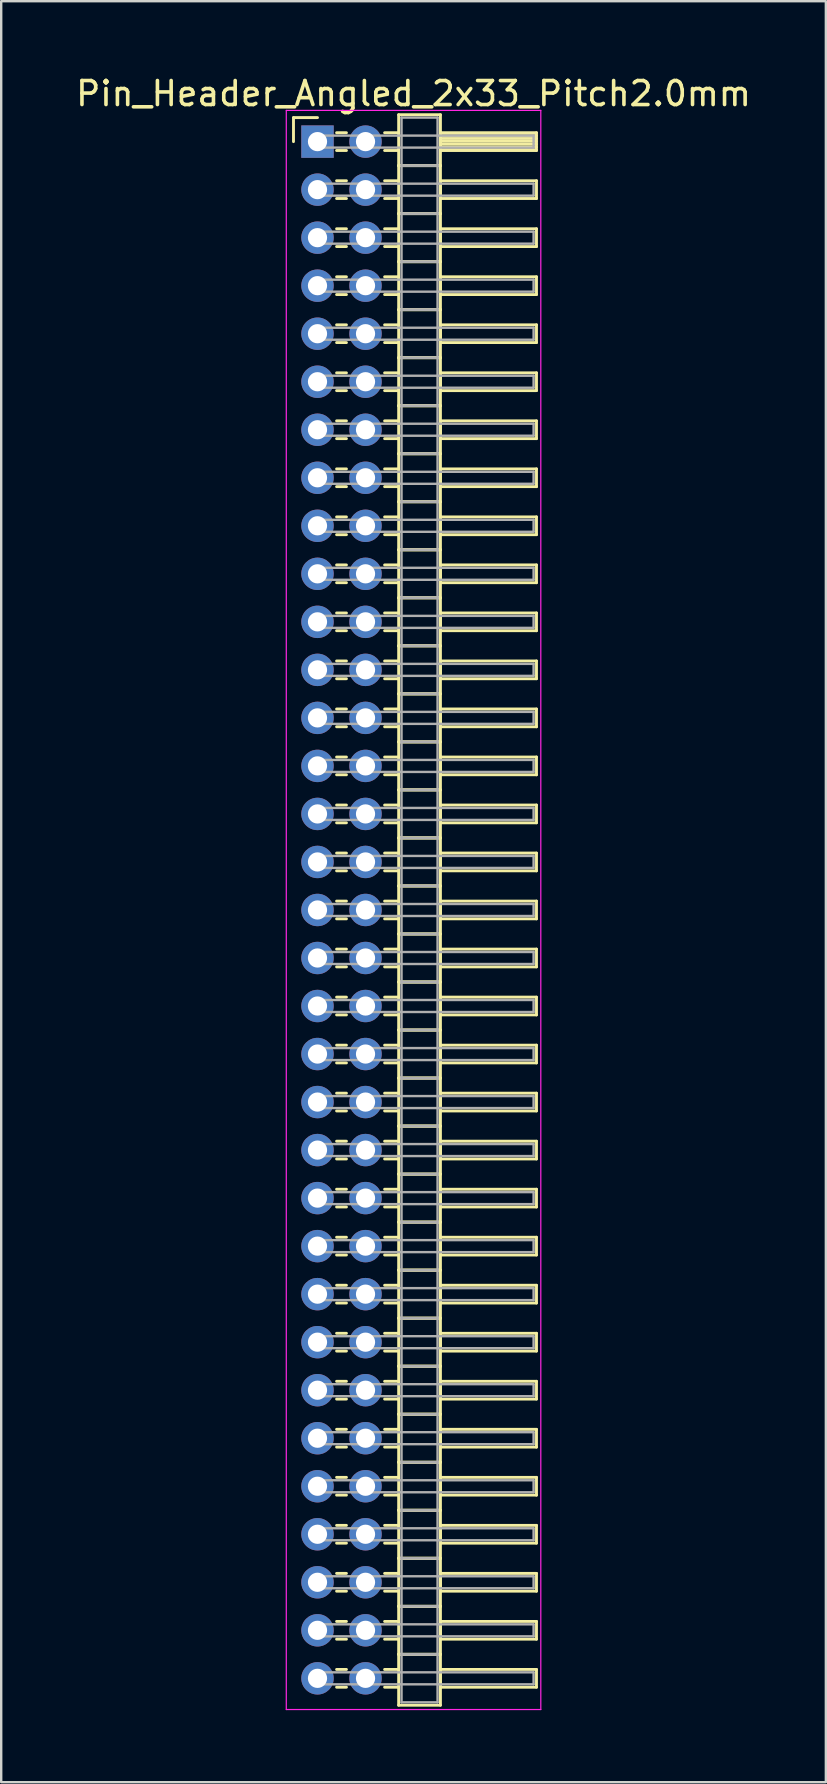
<source format=kicad_pcb>
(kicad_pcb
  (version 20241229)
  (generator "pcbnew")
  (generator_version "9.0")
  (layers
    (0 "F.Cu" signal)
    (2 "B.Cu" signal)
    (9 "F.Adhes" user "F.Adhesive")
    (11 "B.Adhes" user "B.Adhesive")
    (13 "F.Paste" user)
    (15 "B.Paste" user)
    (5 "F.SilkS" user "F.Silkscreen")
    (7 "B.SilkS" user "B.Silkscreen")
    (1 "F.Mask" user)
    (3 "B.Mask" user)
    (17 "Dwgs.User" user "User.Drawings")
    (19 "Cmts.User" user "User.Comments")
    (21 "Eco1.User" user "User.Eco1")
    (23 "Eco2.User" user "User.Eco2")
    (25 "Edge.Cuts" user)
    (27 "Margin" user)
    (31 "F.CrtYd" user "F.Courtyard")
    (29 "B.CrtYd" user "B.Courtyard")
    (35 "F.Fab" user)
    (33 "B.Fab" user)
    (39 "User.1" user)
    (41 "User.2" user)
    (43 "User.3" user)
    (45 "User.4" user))
  (footprint "Pin_Header_Angled_2x33_Pitch2.0mm"
    (layer "F.Cu")
    (at 10.173 2.848)
    (property "Reference" "Pin_Header_Angled_2x33_Pitch2.0mm" (at 4 -2 0) (layer "F.SilkS") (effects (font (size 1 1) (thickness 0.15))))
    (attr through_hole)
    (fp_line (start -1 -1) (end 0 -1) (stroke (width 0.12) (type solid)) (layer "F.SilkS"))
    (fp_line (start -1 0) (end -1 -1) (stroke (width 0.12) (type solid)) (layer "F.SilkS"))
    (fp_line (start 0.795 -0.37) (end 1.205 -0.37) (stroke (width 0.12) (type solid)) (layer "F.SilkS"))
    (fp_line (start 0.795 0.37) (end 1.205 0.37) (stroke (width 0.12) (type solid)) (layer "F.SilkS"))
    (fp_line (start 0.795 1.63) (end 1.205 1.63) (stroke (width 0.12) (type solid)) (layer "F.SilkS"))
    (fp_line (start 0.795 2.37) (end 1.205 2.37) (stroke (width 0.12) (type solid)) (layer "F.SilkS"))
    (fp_line (start 0.795 3.63) (end 1.205 3.63) (stroke (width 0.12) (type solid)) (layer "F.SilkS"))
    (fp_line (start 0.795 4.37) (end 1.205 4.37) (stroke (width 0.12) (type solid)) (layer "F.SilkS"))
    (fp_line (start 0.795 5.63) (end 1.205 5.63) (stroke (width 0.12) (type solid)) (layer "F.SilkS"))
    (fp_line (start 0.795 6.37) (end 1.205 6.37) (stroke (width 0.12) (type solid)) (layer "F.SilkS"))
    (fp_line (start 0.795 7.63) (end 1.205 7.63) (stroke (width 0.12) (type solid)) (layer "F.SilkS"))
    (fp_line (start 0.795 8.37) (end 1.205 8.37) (stroke (width 0.12) (type solid)) (layer "F.SilkS"))
    (fp_line (start 0.795 9.63) (end 1.205 9.63) (stroke (width 0.12) (type solid)) (layer "F.SilkS"))
    (fp_line (start 0.795 10.37) (end 1.205 10.37) (stroke (width 0.12) (type solid)) (layer "F.SilkS"))
    (fp_line (start 0.795 11.63) (end 1.205 11.63) (stroke (width 0.12) (type solid)) (layer "F.SilkS"))
    (fp_line (start 0.795 12.37) (end 1.205 12.37) (stroke (width 0.12) (type solid)) (layer "F.SilkS"))
    (fp_line (start 0.795 13.63) (end 1.205 13.63) (stroke (width 0.12) (type solid)) (layer "F.SilkS"))
    (fp_line (start 0.795 14.37) (end 1.205 14.37) (stroke (width 0.12) (type solid)) (layer "F.SilkS"))
    (fp_line (start 0.795 15.63) (end 1.205 15.63) (stroke (width 0.12) (type solid)) (layer "F.SilkS"))
    (fp_line (start 0.795 16.37) (end 1.205 16.37) (stroke (width 0.12) (type solid)) (layer "F.SilkS"))
    (fp_line (start 0.795 17.63) (end 1.205 17.63) (stroke (width 0.12) (type solid)) (layer "F.SilkS"))
    (fp_line (start 0.795 18.37) (end 1.205 18.37) (stroke (width 0.12) (type solid)) (layer "F.SilkS"))
    (fp_line (start 0.795 19.63) (end 1.205 19.63) (stroke (width 0.12) (type solid)) (layer "F.SilkS"))
    (fp_line (start 0.795 20.37) (end 1.205 20.37) (stroke (width 0.12) (type solid)) (layer "F.SilkS"))
    (fp_line (start 0.795 21.63) (end 1.205 21.63) (stroke (width 0.12) (type solid)) (layer "F.SilkS"))
    (fp_line (start 0.795 22.37) (end 1.205 22.37) (stroke (width 0.12) (type solid)) (layer "F.SilkS"))
    (fp_line (start 0.795 23.63) (end 1.205 23.63) (stroke (width 0.12) (type solid)) (layer "F.SilkS"))
    (fp_line (start 0.795 24.37) (end 1.205 24.37) (stroke (width 0.12) (type solid)) (layer "F.SilkS"))
    (fp_line (start 0.795 25.63) (end 1.205 25.63) (stroke (width 0.12) (type solid)) (layer "F.SilkS"))
    (fp_line (start 0.795 26.37) (end 1.205 26.37) (stroke (width 0.12) (type solid)) (layer "F.SilkS"))
    (fp_line (start 0.795 27.63) (end 1.205 27.63) (stroke (width 0.12) (type solid)) (layer "F.SilkS"))
    (fp_line (start 0.795 28.37) (end 1.205 28.37) (stroke (width 0.12) (type solid)) (layer "F.SilkS"))
    (fp_line (start 0.795 29.63) (end 1.205 29.63) (stroke (width 0.12) (type solid)) (layer "F.SilkS"))
    (fp_line (start 0.795 30.37) (end 1.205 30.37) (stroke (width 0.12) (type solid)) (layer "F.SilkS"))
    (fp_line (start 0.795 31.63) (end 1.205 31.63) (stroke (width 0.12) (type solid)) (layer "F.SilkS"))
    (fp_line (start 0.795 32.37) (end 1.205 32.37) (stroke (width 0.12) (type solid)) (layer "F.SilkS"))
    (fp_line (start 0.795 33.63) (end 1.205 33.63) (stroke (width 0.12) (type solid)) (layer "F.SilkS"))
    (fp_line (start 0.795 34.37) (end 1.205 34.37) (stroke (width 0.12) (type solid)) (layer "F.SilkS"))
    (fp_line (start 0.795 35.63) (end 1.205 35.63) (stroke (width 0.12) (type solid)) (layer "F.SilkS"))
    (fp_line (start 0.795 36.37) (end 1.205 36.37) (stroke (width 0.12) (type solid)) (layer "F.SilkS"))
    (fp_line (start 0.795 37.63) (end 1.205 37.63) (stroke (width 0.12) (type solid)) (layer "F.SilkS"))
    (fp_line (start 0.795 38.37) (end 1.205 38.37) (stroke (width 0.12) (type solid)) (layer "F.SilkS"))
    (fp_line (start 0.795 39.63) (end 1.205 39.63) (stroke (width 0.12) (type solid)) (layer "F.SilkS"))
    (fp_line (start 0.795 40.37) (end 1.205 40.37) (stroke (width 0.12) (type solid)) (layer "F.SilkS"))
    (fp_line (start 0.795 41.63) (end 1.205 41.63) (stroke (width 0.12) (type solid)) (layer "F.SilkS"))
    (fp_line (start 0.795 42.37) (end 1.205 42.37) (stroke (width 0.12) (type solid)) (layer "F.SilkS"))
    (fp_line (start 0.795 43.63) (end 1.205 43.63) (stroke (width 0.12) (type solid)) (layer "F.SilkS"))
    (fp_line (start 0.795 44.37) (end 1.205 44.37) (stroke (width 0.12) (type solid)) (layer "F.SilkS"))
    (fp_line (start 0.795 45.63) (end 1.205 45.63) (stroke (width 0.12) (type solid)) (layer "F.SilkS"))
    (fp_line (start 0.795 46.37) (end 1.205 46.37) (stroke (width 0.12) (type solid)) (layer "F.SilkS"))
    (fp_line (start 0.795 47.63) (end 1.205 47.63) (stroke (width 0.12) (type solid)) (layer "F.SilkS"))
    (fp_line (start 0.795 48.37) (end 1.205 48.37) (stroke (width 0.12) (type solid)) (layer "F.SilkS"))
    (fp_line (start 0.795 49.63) (end 1.205 49.63) (stroke (width 0.12) (type solid)) (layer "F.SilkS"))
    (fp_line (start 0.795 50.37) (end 1.205 50.37) (stroke (width 0.12) (type solid)) (layer "F.SilkS"))
    (fp_line (start 0.795 51.63) (end 1.205 51.63) (stroke (width 0.12) (type solid)) (layer "F.SilkS"))
    (fp_line (start 0.795 52.37) (end 1.205 52.37) (stroke (width 0.12) (type solid)) (layer "F.SilkS"))
    (fp_line (start 0.795 53.63) (end 1.205 53.63) (stroke (width 0.12) (type solid)) (layer "F.SilkS"))
    (fp_line (start 0.795 54.37) (end 1.205 54.37) (stroke (width 0.12) (type solid)) (layer "F.SilkS"))
    (fp_line (start 0.795 55.63) (end 1.205 55.63) (stroke (width 0.12) (type solid)) (layer "F.SilkS"))
    (fp_line (start 0.795 56.37) (end 1.205 56.37) (stroke (width 0.12) (type solid)) (layer "F.SilkS"))
    (fp_line (start 0.795 57.63) (end 1.205 57.63) (stroke (width 0.12) (type solid)) (layer "F.SilkS"))
    (fp_line (start 0.795 58.37) (end 1.205 58.37) (stroke (width 0.12) (type solid)) (layer "F.SilkS"))
    (fp_line (start 0.795 59.63) (end 1.205 59.63) (stroke (width 0.12) (type solid)) (layer "F.SilkS"))
    (fp_line (start 0.795 60.37) (end 1.205 60.37) (stroke (width 0.12) (type solid)) (layer "F.SilkS"))
    (fp_line (start 0.795 61.63) (end 1.205 61.63) (stroke (width 0.12) (type solid)) (layer "F.SilkS"))
    (fp_line (start 0.795 62.37) (end 1.205 62.37) (stroke (width 0.12) (type solid)) (layer "F.SilkS"))
    (fp_line (start 0.795 63.63) (end 1.205 63.63) (stroke (width 0.12) (type solid)) (layer "F.SilkS"))
    (fp_line (start 0.795 64.37) (end 1.205 64.37) (stroke (width 0.12) (type solid)) (layer "F.SilkS"))
    (fp_line (start 2.795 -0.37) (end 3.38 -0.37) (stroke (width 0.12) (type solid)) (layer "F.SilkS"))
    (fp_line (start 2.795 0.37) (end 3.38 0.37) (stroke (width 0.12) (type solid)) (layer "F.SilkS"))
    (fp_line (start 2.795 1.63) (end 3.38 1.63) (stroke (width 0.12) (type solid)) (layer "F.SilkS"))
    (fp_line (start 2.795 2.37) (end 3.38 2.37) (stroke (width 0.12) (type solid)) (layer "F.SilkS"))
    (fp_line (start 2.795 3.63) (end 3.38 3.63) (stroke (width 0.12) (type solid)) (layer "F.SilkS"))
    (fp_line (start 2.795 4.37) (end 3.38 4.37) (stroke (width 0.12) (type solid)) (layer "F.SilkS"))
    (fp_line (start 2.795 5.63) (end 3.38 5.63) (stroke (width 0.12) (type solid)) (layer "F.SilkS"))
    (fp_line (start 2.795 6.37) (end 3.38 6.37) (stroke (width 0.12) (type solid)) (layer "F.SilkS"))
    (fp_line (start 2.795 7.63) (end 3.38 7.63) (stroke (width 0.12) (type solid)) (layer "F.SilkS"))
    (fp_line (start 2.795 8.37) (end 3.38 8.37) (stroke (width 0.12) (type solid)) (layer "F.SilkS"))
    (fp_line (start 2.795 9.63) (end 3.38 9.63) (stroke (width 0.12) (type solid)) (layer "F.SilkS"))
    (fp_line (start 2.795 10.37) (end 3.38 10.37) (stroke (width 0.12) (type solid)) (layer "F.SilkS"))
    (fp_line (start 2.795 11.63) (end 3.38 11.63) (stroke (width 0.12) (type solid)) (layer "F.SilkS"))
    (fp_line (start 2.795 12.37) (end 3.38 12.37) (stroke (width 0.12) (type solid)) (layer "F.SilkS"))
    (fp_line (start 2.795 13.63) (end 3.38 13.63) (stroke (width 0.12) (type solid)) (layer "F.SilkS"))
    (fp_line (start 2.795 14.37) (end 3.38 14.37) (stroke (width 0.12) (type solid)) (layer "F.SilkS"))
    (fp_line (start 2.795 15.63) (end 3.38 15.63) (stroke (width 0.12) (type solid)) (layer "F.SilkS"))
    (fp_line (start 2.795 16.37) (end 3.38 16.37) (stroke (width 0.12) (type solid)) (layer "F.SilkS"))
    (fp_line (start 2.795 17.63) (end 3.38 17.63) (stroke (width 0.12) (type solid)) (layer "F.SilkS"))
    (fp_line (start 2.795 18.37) (end 3.38 18.37) (stroke (width 0.12) (type solid)) (layer "F.SilkS"))
    (fp_line (start 2.795 19.63) (end 3.38 19.63) (stroke (width 0.12) (type solid)) (layer "F.SilkS"))
    (fp_line (start 2.795 20.37) (end 3.38 20.37) (stroke (width 0.12) (type solid)) (layer "F.SilkS"))
    (fp_line (start 2.795 21.63) (end 3.38 21.63) (stroke (width 0.12) (type solid)) (layer "F.SilkS"))
    (fp_line (start 2.795 22.37) (end 3.38 22.37) (stroke (width 0.12) (type solid)) (layer "F.SilkS"))
    (fp_line (start 2.795 23.63) (end 3.38 23.63) (stroke (width 0.12) (type solid)) (layer "F.SilkS"))
    (fp_line (start 2.795 24.37) (end 3.38 24.37) (stroke (width 0.12) (type solid)) (layer "F.SilkS"))
    (fp_line (start 2.795 25.63) (end 3.38 25.63) (stroke (width 0.12) (type solid)) (layer "F.SilkS"))
    (fp_line (start 2.795 26.37) (end 3.38 26.37) (stroke (width 0.12) (type solid)) (layer "F.SilkS"))
    (fp_line (start 2.795 27.63) (end 3.38 27.63) (stroke (width 0.12) (type solid)) (layer "F.SilkS"))
    (fp_line (start 2.795 28.37) (end 3.38 28.37) (stroke (width 0.12) (type solid)) (layer "F.SilkS"))
    (fp_line (start 2.795 29.63) (end 3.38 29.63) (stroke (width 0.12) (type solid)) (layer "F.SilkS"))
    (fp_line (start 2.795 30.37) (end 3.38 30.37) (stroke (width 0.12) (type solid)) (layer "F.SilkS"))
    (fp_line (start 2.795 31.63) (end 3.38 31.63) (stroke (width 0.12) (type solid)) (layer "F.SilkS"))
    (fp_line (start 2.795 32.37) (end 3.38 32.37) (stroke (width 0.12) (type solid)) (layer "F.SilkS"))
    (fp_line (start 2.795 33.63) (end 3.38 33.63) (stroke (width 0.12) (type solid)) (layer "F.SilkS"))
    (fp_line (start 2.795 34.37) (end 3.38 34.37) (stroke (width 0.12) (type solid)) (layer "F.SilkS"))
    (fp_line (start 2.795 35.63) (end 3.38 35.63) (stroke (width 0.12) (type solid)) (layer "F.SilkS"))
    (fp_line (start 2.795 36.37) (end 3.38 36.37) (stroke (width 0.12) (type solid)) (layer "F.SilkS"))
    (fp_line (start 2.795 37.63) (end 3.38 37.63) (stroke (width 0.12) (type solid)) (layer "F.SilkS"))
    (fp_line (start 2.795 38.37) (end 3.38 38.37) (stroke (width 0.12) (type solid)) (layer "F.SilkS"))
    (fp_line (start 2.795 39.63) (end 3.38 39.63) (stroke (width 0.12) (type solid)) (layer "F.SilkS"))
    (fp_line (start 2.795 40.37) (end 3.38 40.37) (stroke (width 0.12) (type solid)) (layer "F.SilkS"))
    (fp_line (start 2.795 41.63) (end 3.38 41.63) (stroke (width 0.12) (type solid)) (layer "F.SilkS"))
    (fp_line (start 2.795 42.37) (end 3.38 42.37) (stroke (width 0.12) (type solid)) (layer "F.SilkS"))
    (fp_line (start 2.795 43.63) (end 3.38 43.63) (stroke (width 0.12) (type solid)) (layer "F.SilkS"))
    (fp_line (start 2.795 44.37) (end 3.38 44.37) (stroke (width 0.12) (type solid)) (layer "F.SilkS"))
    (fp_line (start 2.795 45.63) (end 3.38 45.63) (stroke (width 0.12) (type solid)) (layer "F.SilkS"))
    (fp_line (start 2.795 46.37) (end 3.38 46.37) (stroke (width 0.12) (type solid)) (layer "F.SilkS"))
    (fp_line (start 2.795 47.63) (end 3.38 47.63) (stroke (width 0.12) (type solid)) (layer "F.SilkS"))
    (fp_line (start 2.795 48.37) (end 3.38 48.37) (stroke (width 0.12) (type solid)) (layer "F.SilkS"))
    (fp_line (start 2.795 49.63) (end 3.38 49.63) (stroke (width 0.12) (type solid)) (layer "F.SilkS"))
    (fp_line (start 2.795 50.37) (end 3.38 50.37) (stroke (width 0.12) (type solid)) (layer "F.SilkS"))
    (fp_line (start 2.795 51.63) (end 3.38 51.63) (stroke (width 0.12) (type solid)) (layer "F.SilkS"))
    (fp_line (start 2.795 52.37) (end 3.38 52.37) (stroke (width 0.12) (type solid)) (layer "F.SilkS"))
    (fp_line (start 2.795 53.63) (end 3.38 53.63) (stroke (width 0.12) (type solid)) (layer "F.SilkS"))
    (fp_line (start 2.795 54.37) (end 3.38 54.37) (stroke (width 0.12) (type solid)) (layer "F.SilkS"))
    (fp_line (start 2.795 55.63) (end 3.38 55.63) (stroke (width 0.12) (type solid)) (layer "F.SilkS"))
    (fp_line (start 2.795 56.37) (end 3.38 56.37) (stroke (width 0.12) (type solid)) (layer "F.SilkS"))
    (fp_line (start 2.795 57.63) (end 3.38 57.63) (stroke (width 0.12) (type solid)) (layer "F.SilkS"))
    (fp_line (start 2.795 58.37) (end 3.38 58.37) (stroke (width 0.12) (type solid)) (layer "F.SilkS"))
    (fp_line (start 2.795 59.63) (end 3.38 59.63) (stroke (width 0.12) (type solid)) (layer "F.SilkS"))
    (fp_line (start 2.795 60.37) (end 3.38 60.37) (stroke (width 0.12) (type solid)) (layer "F.SilkS"))
    (fp_line (start 2.795 61.63) (end 3.38 61.63) (stroke (width 0.12) (type solid)) (layer "F.SilkS"))
    (fp_line (start 2.795 62.37) (end 3.38 62.37) (stroke (width 0.12) (type solid)) (layer "F.SilkS"))
    (fp_line (start 2.795 63.63) (end 3.38 63.63) (stroke (width 0.12) (type solid)) (layer "F.SilkS"))
    (fp_line (start 2.795 64.37) (end 3.38 64.37) (stroke (width 0.12) (type solid)) (layer "F.SilkS"))
    (fp_line (start 3.38 -1.12) (end 3.38 1) (stroke (width 0.12) (type solid)) (layer "F.SilkS"))
    (fp_line (start 3.38 1) (end 3.38 3) (stroke (width 0.12) (type solid)) (layer "F.SilkS"))
    (fp_line (start 3.38 1) (end 5.12 1) (stroke (width 0.12) (type solid)) (layer "F.SilkS"))
    (fp_line (start 3.38 3) (end 3.38 5) (stroke (width 0.12) (type solid)) (layer "F.SilkS"))
    (fp_line (start 3.38 3) (end 5.12 3) (stroke (width 0.12) (type solid)) (layer "F.SilkS"))
    (fp_line (start 3.38 5) (end 3.38 7) (stroke (width 0.12) (type solid)) (layer "F.SilkS"))
    (fp_line (start 3.38 5) (end 5.12 5) (stroke (width 0.12) (type solid)) (layer "F.SilkS"))
    (fp_line (start 3.38 7) (end 3.38 9) (stroke (width 0.12) (type solid)) (layer "F.SilkS"))
    (fp_line (start 3.38 7) (end 5.12 7) (stroke (width 0.12) (type solid)) (layer "F.SilkS"))
    (fp_line (start 3.38 9) (end 3.38 11) (stroke (width 0.12) (type solid)) (layer "F.SilkS"))
    (fp_line (start 3.38 9) (end 5.12 9) (stroke (width 0.12) (type solid)) (layer "F.SilkS"))
    (fp_line (start 3.38 11) (end 3.38 13) (stroke (width 0.12) (type solid)) (layer "F.SilkS"))
    (fp_line (start 3.38 11) (end 5.12 11) (stroke (width 0.12) (type solid)) (layer "F.SilkS"))
    (fp_line (start 3.38 13) (end 3.38 15) (stroke (width 0.12) (type solid)) (layer "F.SilkS"))
    (fp_line (start 3.38 13) (end 5.12 13) (stroke (width 0.12) (type solid)) (layer "F.SilkS"))
    (fp_line (start 3.38 15) (end 3.38 17) (stroke (width 0.12) (type solid)) (layer "F.SilkS"))
    (fp_line (start 3.38 15) (end 5.12 15) (stroke (width 0.12) (type solid)) (layer "F.SilkS"))
    (fp_line (start 3.38 17) (end 3.38 19) (stroke (width 0.12) (type solid)) (layer "F.SilkS"))
    (fp_line (start 3.38 17) (end 5.12 17) (stroke (width 0.12) (type solid)) (layer "F.SilkS"))
    (fp_line (start 3.38 19) (end 3.38 21) (stroke (width 0.12) (type solid)) (layer "F.SilkS"))
    (fp_line (start 3.38 19) (end 5.12 19) (stroke (width 0.12) (type solid)) (layer "F.SilkS"))
    (fp_line (start 3.38 21) (end 3.38 23) (stroke (width 0.12) (type solid)) (layer "F.SilkS"))
    (fp_line (start 3.38 21) (end 5.12 21) (stroke (width 0.12) (type solid)) (layer "F.SilkS"))
    (fp_line (start 3.38 23) (end 3.38 25) (stroke (width 0.12) (type solid)) (layer "F.SilkS"))
    (fp_line (start 3.38 23) (end 5.12 23) (stroke (width 0.12) (type solid)) (layer "F.SilkS"))
    (fp_line (start 3.38 25) (end 3.38 27) (stroke (width 0.12) (type solid)) (layer "F.SilkS"))
    (fp_line (start 3.38 25) (end 5.12 25) (stroke (width 0.12) (type solid)) (layer "F.SilkS"))
    (fp_line (start 3.38 27) (end 3.38 29) (stroke (width 0.12) (type solid)) (layer "F.SilkS"))
    (fp_line (start 3.38 27) (end 5.12 27) (stroke (width 0.12) (type solid)) (layer "F.SilkS"))
    (fp_line (start 3.38 29) (end 3.38 31) (stroke (width 0.12) (type solid)) (layer "F.SilkS"))
    (fp_line (start 3.38 29) (end 5.12 29) (stroke (width 0.12) (type solid)) (layer "F.SilkS"))
    (fp_line (start 3.38 31) (end 3.38 33) (stroke (width 0.12) (type solid)) (layer "F.SilkS"))
    (fp_line (start 3.38 31) (end 5.12 31) (stroke (width 0.12) (type solid)) (layer "F.SilkS"))
    (fp_line (start 3.38 33) (end 3.38 35) (stroke (width 0.12) (type solid)) (layer "F.SilkS"))
    (fp_line (start 3.38 33) (end 5.12 33) (stroke (width 0.12) (type solid)) (layer "F.SilkS"))
    (fp_line (start 3.38 35) (end 3.38 37) (stroke (width 0.12) (type solid)) (layer "F.SilkS"))
    (fp_line (start 3.38 35) (end 5.12 35) (stroke (width 0.12) (type solid)) (layer "F.SilkS"))
    (fp_line (start 3.38 37) (end 3.38 39) (stroke (width 0.12) (type solid)) (layer "F.SilkS"))
    (fp_line (start 3.38 37) (end 5.12 37) (stroke (width 0.12) (type solid)) (layer "F.SilkS"))
    (fp_line (start 3.38 39) (end 3.38 41) (stroke (width 0.12) (type solid)) (layer "F.SilkS"))
    (fp_line (start 3.38 39) (end 5.12 39) (stroke (width 0.12) (type solid)) (layer "F.SilkS"))
    (fp_line (start 3.38 41) (end 3.38 43) (stroke (width 0.12) (type solid)) (layer "F.SilkS"))
    (fp_line (start 3.38 41) (end 5.12 41) (stroke (width 0.12) (type solid)) (layer "F.SilkS"))
    (fp_line (start 3.38 43) (end 3.38 45) (stroke (width 0.12) (type solid)) (layer "F.SilkS"))
    (fp_line (start 3.38 43) (end 5.12 43) (stroke (width 0.12) (type solid)) (layer "F.SilkS"))
    (fp_line (start 3.38 45) (end 3.38 47) (stroke (width 0.12) (type solid)) (layer "F.SilkS"))
    (fp_line (start 3.38 45) (end 5.12 45) (stroke (width 0.12) (type solid)) (layer "F.SilkS"))
    (fp_line (start 3.38 47) (end 3.38 49) (stroke (width 0.12) (type solid)) (layer "F.SilkS"))
    (fp_line (start 3.38 47) (end 5.12 47) (stroke (width 0.12) (type solid)) (layer "F.SilkS"))
    (fp_line (start 3.38 49) (end 3.38 51) (stroke (width 0.12) (type solid)) (layer "F.SilkS"))
    (fp_line (start 3.38 49) (end 5.12 49) (stroke (width 0.12) (type solid)) (layer "F.SilkS"))
    (fp_line (start 3.38 51) (end 3.38 53) (stroke (width 0.12) (type solid)) (layer "F.SilkS"))
    (fp_line (start 3.38 51) (end 5.12 51) (stroke (width 0.12) (type solid)) (layer "F.SilkS"))
    (fp_line (start 3.38 53) (end 3.38 55) (stroke (width 0.12) (type solid)) (layer "F.SilkS"))
    (fp_line (start 3.38 53) (end 5.12 53) (stroke (width 0.12) (type solid)) (layer "F.SilkS"))
    (fp_line (start 3.38 55) (end 3.38 57) (stroke (width 0.12) (type solid)) (layer "F.SilkS"))
    (fp_line (start 3.38 55) (end 5.12 55) (stroke (width 0.12) (type solid)) (layer "F.SilkS"))
    (fp_line (start 3.38 57) (end 3.38 59) (stroke (width 0.12) (type solid)) (layer "F.SilkS"))
    (fp_line (start 3.38 57) (end 5.12 57) (stroke (width 0.12) (type solid)) (layer "F.SilkS"))
    (fp_line (start 3.38 59) (end 3.38 61) (stroke (width 0.12) (type solid)) (layer "F.SilkS"))
    (fp_line (start 3.38 59) (end 5.12 59) (stroke (width 0.12) (type solid)) (layer "F.SilkS"))
    (fp_line (start 3.38 61) (end 3.38 63) (stroke (width 0.12) (type solid)) (layer "F.SilkS"))
    (fp_line (start 3.38 61) (end 5.12 61) (stroke (width 0.12) (type solid)) (layer "F.SilkS"))
    (fp_line (start 3.38 63) (end 3.38 65.12) (stroke (width 0.12) (type solid)) (layer "F.SilkS"))
    (fp_line (start 3.38 63) (end 5.12 63) (stroke (width 0.12) (type solid)) (layer "F.SilkS"))
    (fp_line (start 3.38 65.12) (end 5.12 65.12) (stroke (width 0.12) (type solid)) (layer "F.SilkS"))
    (fp_line (start 5.12 -1.12) (end 3.38 -1.12) (stroke (width 0.12) (type solid)) (layer "F.SilkS"))
    (fp_line (start 5.12 -0.37) (end 5.12 0.37) (stroke (width 0.12) (type solid)) (layer "F.SilkS"))
    (fp_line (start 5.12 -0.25) (end 9.12 -0.25) (stroke (width 0.12) (type solid)) (layer "F.SilkS"))
    (fp_line (start 5.12 -0.13) (end 9.12 -0.13) (stroke (width 0.12) (type solid)) (layer "F.SilkS"))
    (fp_line (start 5.12 -0.01) (end 9.12 -0.01) (stroke (width 0.12) (type solid)) (layer "F.SilkS"))
    (fp_line (start 5.12 0.11) (end 9.12 0.11) (stroke (width 0.12) (type solid)) (layer "F.SilkS"))
    (fp_line (start 5.12 0.23) (end 9.12 0.23) (stroke (width 0.12) (type solid)) (layer "F.SilkS"))
    (fp_line (start 5.12 0.35) (end 9.12 0.35) (stroke (width 0.12) (type solid)) (layer "F.SilkS"))
    (fp_line (start 5.12 0.37) (end 9.12 0.37) (stroke (width 0.12) (type solid)) (layer "F.SilkS"))
    (fp_line (start 5.12 1) (end 3.38 1) (stroke (width 0.12) (type solid)) (layer "F.SilkS"))
    (fp_line (start 5.12 1) (end 5.12 -1.12) (stroke (width 0.12) (type solid)) (layer "F.SilkS"))
    (fp_line (start 5.12 1.63) (end 5.12 2.37) (stroke (width 0.12) (type solid)) (layer "F.SilkS"))
    (fp_line (start 5.12 2.37) (end 9.12 2.37) (stroke (width 0.12) (type solid)) (layer "F.SilkS"))
    (fp_line (start 5.12 3) (end 3.38 3) (stroke (width 0.12) (type solid)) (layer "F.SilkS"))
    (fp_line (start 5.12 3) (end 5.12 1) (stroke (width 0.12) (type solid)) (layer "F.SilkS"))
    (fp_line (start 5.12 3.63) (end 5.12 4.37) (stroke (width 0.12) (type solid)) (layer "F.SilkS"))
    (fp_line (start 5.12 4.37) (end 9.12 4.37) (stroke (width 0.12) (type solid)) (layer "F.SilkS"))
    (fp_line (start 5.12 5) (end 3.38 5) (stroke (width 0.12) (type solid)) (layer "F.SilkS"))
    (fp_line (start 5.12 5) (end 5.12 3) (stroke (width 0.12) (type solid)) (layer "F.SilkS"))
    (fp_line (start 5.12 5.63) (end 5.12 6.37) (stroke (width 0.12) (type solid)) (layer "F.SilkS"))
    (fp_line (start 5.12 6.37) (end 9.12 6.37) (stroke (width 0.12) (type solid)) (layer "F.SilkS"))
    (fp_line (start 5.12 7) (end 3.38 7) (stroke (width 0.12) (type solid)) (layer "F.SilkS"))
    (fp_line (start 5.12 7) (end 5.12 5) (stroke (width 0.12) (type solid)) (layer "F.SilkS"))
    (fp_line (start 5.12 7.63) (end 5.12 8.37) (stroke (width 0.12) (type solid)) (layer "F.SilkS"))
    (fp_line (start 5.12 8.37) (end 9.12 8.37) (stroke (width 0.12) (type solid)) (layer "F.SilkS"))
    (fp_line (start 5.12 9) (end 3.38 9) (stroke (width 0.12) (type solid)) (layer "F.SilkS"))
    (fp_line (start 5.12 9) (end 5.12 7) (stroke (width 0.12) (type solid)) (layer "F.SilkS"))
    (fp_line (start 5.12 9.63) (end 5.12 10.37) (stroke (width 0.12) (type solid)) (layer "F.SilkS"))
    (fp_line (start 5.12 10.37) (end 9.12 10.37) (stroke (width 0.12) (type solid)) (layer "F.SilkS"))
    (fp_line (start 5.12 11) (end 3.38 11) (stroke (width 0.12) (type solid)) (layer "F.SilkS"))
    (fp_line (start 5.12 11) (end 5.12 9) (stroke (width 0.12) (type solid)) (layer "F.SilkS"))
    (fp_line (start 5.12 11.63) (end 5.12 12.37) (stroke (width 0.12) (type solid)) (layer "F.SilkS"))
    (fp_line (start 5.12 12.37) (end 9.12 12.37) (stroke (width 0.12) (type solid)) (layer "F.SilkS"))
    (fp_line (start 5.12 13) (end 3.38 13) (stroke (width 0.12) (type solid)) (layer "F.SilkS"))
    (fp_line (start 5.12 13) (end 5.12 11) (stroke (width 0.12) (type solid)) (layer "F.SilkS"))
    (fp_line (start 5.12 13.63) (end 5.12 14.37) (stroke (width 0.12) (type solid)) (layer "F.SilkS"))
    (fp_line (start 5.12 14.37) (end 9.12 14.37) (stroke (width 0.12) (type solid)) (layer "F.SilkS"))
    (fp_line (start 5.12 15) (end 3.38 15) (stroke (width 0.12) (type solid)) (layer "F.SilkS"))
    (fp_line (start 5.12 15) (end 5.12 13) (stroke (width 0.12) (type solid)) (layer "F.SilkS"))
    (fp_line (start 5.12 15.63) (end 5.12 16.37) (stroke (width 0.12) (type solid)) (layer "F.SilkS"))
    (fp_line (start 5.12 16.37) (end 9.12 16.37) (stroke (width 0.12) (type solid)) (layer "F.SilkS"))
    (fp_line (start 5.12 17) (end 3.38 17) (stroke (width 0.12) (type solid)) (layer "F.SilkS"))
    (fp_line (start 5.12 17) (end 5.12 15) (stroke (width 0.12) (type solid)) (layer "F.SilkS"))
    (fp_line (start 5.12 17.63) (end 5.12 18.37) (stroke (width 0.12) (type solid)) (layer "F.SilkS"))
    (fp_line (start 5.12 18.37) (end 9.12 18.37) (stroke (width 0.12) (type solid)) (layer "F.SilkS"))
    (fp_line (start 5.12 19) (end 3.38 19) (stroke (width 0.12) (type solid)) (layer "F.SilkS"))
    (fp_line (start 5.12 19) (end 5.12 17) (stroke (width 0.12) (type solid)) (layer "F.SilkS"))
    (fp_line (start 5.12 19.63) (end 5.12 20.37) (stroke (width 0.12) (type solid)) (layer "F.SilkS"))
    (fp_line (start 5.12 20.37) (end 9.12 20.37) (stroke (width 0.12) (type solid)) (layer "F.SilkS"))
    (fp_line (start 5.12 21) (end 3.38 21) (stroke (width 0.12) (type solid)) (layer "F.SilkS"))
    (fp_line (start 5.12 21) (end 5.12 19) (stroke (width 0.12) (type solid)) (layer "F.SilkS"))
    (fp_line (start 5.12 21.63) (end 5.12 22.37) (stroke (width 0.12) (type solid)) (layer "F.SilkS"))
    (fp_line (start 5.12 22.37) (end 9.12 22.37) (stroke (width 0.12) (type solid)) (layer "F.SilkS"))
    (fp_line (start 5.12 23) (end 3.38 23) (stroke (width 0.12) (type solid)) (layer "F.SilkS"))
    (fp_line (start 5.12 23) (end 5.12 21) (stroke (width 0.12) (type solid)) (layer "F.SilkS"))
    (fp_line (start 5.12 23.63) (end 5.12 24.37) (stroke (width 0.12) (type solid)) (layer "F.SilkS"))
    (fp_line (start 5.12 24.37) (end 9.12 24.37) (stroke (width 0.12) (type solid)) (layer "F.SilkS"))
    (fp_line (start 5.12 25) (end 3.38 25) (stroke (width 0.12) (type solid)) (layer "F.SilkS"))
    (fp_line (start 5.12 25) (end 5.12 23) (stroke (width 0.12) (type solid)) (layer "F.SilkS"))
    (fp_line (start 5.12 25.63) (end 5.12 26.37) (stroke (width 0.12) (type solid)) (layer "F.SilkS"))
    (fp_line (start 5.12 26.37) (end 9.12 26.37) (stroke (width 0.12) (type solid)) (layer "F.SilkS"))
    (fp_line (start 5.12 27) (end 3.38 27) (stroke (width 0.12) (type solid)) (layer "F.SilkS"))
    (fp_line (start 5.12 27) (end 5.12 25) (stroke (width 0.12) (type solid)) (layer "F.SilkS"))
    (fp_line (start 5.12 27.63) (end 5.12 28.37) (stroke (width 0.12) (type solid)) (layer "F.SilkS"))
    (fp_line (start 5.12 28.37) (end 9.12 28.37) (stroke (width 0.12) (type solid)) (layer "F.SilkS"))
    (fp_line (start 5.12 29) (end 3.38 29) (stroke (width 0.12) (type solid)) (layer "F.SilkS"))
    (fp_line (start 5.12 29) (end 5.12 27) (stroke (width 0.12) (type solid)) (layer "F.SilkS"))
    (fp_line (start 5.12 29.63) (end 5.12 30.37) (stroke (width 0.12) (type solid)) (layer "F.SilkS"))
    (fp_line (start 5.12 30.37) (end 9.12 30.37) (stroke (width 0.12) (type solid)) (layer "F.SilkS"))
    (fp_line (start 5.12 31) (end 3.38 31) (stroke (width 0.12) (type solid)) (layer "F.SilkS"))
    (fp_line (start 5.12 31) (end 5.12 29) (stroke (width 0.12) (type solid)) (layer "F.SilkS"))
    (fp_line (start 5.12 31.63) (end 5.12 32.37) (stroke (width 0.12) (type solid)) (layer "F.SilkS"))
    (fp_line (start 5.12 32.37) (end 9.12 32.37) (stroke (width 0.12) (type solid)) (layer "F.SilkS"))
    (fp_line (start 5.12 33) (end 3.38 33) (stroke (width 0.12) (type solid)) (layer "F.SilkS"))
    (fp_line (start 5.12 33) (end 5.12 31) (stroke (width 0.12) (type solid)) (layer "F.SilkS"))
    (fp_line (start 5.12 33.63) (end 5.12 34.37) (stroke (width 0.12) (type solid)) (layer "F.SilkS"))
    (fp_line (start 5.12 34.37) (end 9.12 34.37) (stroke (width 0.12) (type solid)) (layer "F.SilkS"))
    (fp_line (start 5.12 35) (end 3.38 35) (stroke (width 0.12) (type solid)) (layer "F.SilkS"))
    (fp_line (start 5.12 35) (end 5.12 33) (stroke (width 0.12) (type solid)) (layer "F.SilkS"))
    (fp_line (start 5.12 35.63) (end 5.12 36.37) (stroke (width 0.12) (type solid)) (layer "F.SilkS"))
    (fp_line (start 5.12 36.37) (end 9.12 36.37) (stroke (width 0.12) (type solid)) (layer "F.SilkS"))
    (fp_line (start 5.12 37) (end 3.38 37) (stroke (width 0.12) (type solid)) (layer "F.SilkS"))
    (fp_line (start 5.12 37) (end 5.12 35) (stroke (width 0.12) (type solid)) (layer "F.SilkS"))
    (fp_line (start 5.12 37.63) (end 5.12 38.37) (stroke (width 0.12) (type solid)) (layer "F.SilkS"))
    (fp_line (start 5.12 38.37) (end 9.12 38.37) (stroke (width 0.12) (type solid)) (layer "F.SilkS"))
    (fp_line (start 5.12 39) (end 3.38 39) (stroke (width 0.12) (type solid)) (layer "F.SilkS"))
    (fp_line (start 5.12 39) (end 5.12 37) (stroke (width 0.12) (type solid)) (layer "F.SilkS"))
    (fp_line (start 5.12 39.63) (end 5.12 40.37) (stroke (width 0.12) (type solid)) (layer "F.SilkS"))
    (fp_line (start 5.12 40.37) (end 9.12 40.37) (stroke (width 0.12) (type solid)) (layer "F.SilkS"))
    (fp_line (start 5.12 41) (end 3.38 41) (stroke (width 0.12) (type solid)) (layer "F.SilkS"))
    (fp_line (start 5.12 41) (end 5.12 39) (stroke (width 0.12) (type solid)) (layer "F.SilkS"))
    (fp_line (start 5.12 41.63) (end 5.12 42.37) (stroke (width 0.12) (type solid)) (layer "F.SilkS"))
    (fp_line (start 5.12 42.37) (end 9.12 42.37) (stroke (width 0.12) (type solid)) (layer "F.SilkS"))
    (fp_line (start 5.12 43) (end 3.38 43) (stroke (width 0.12) (type solid)) (layer "F.SilkS"))
    (fp_line (start 5.12 43) (end 5.12 41) (stroke (width 0.12) (type solid)) (layer "F.SilkS"))
    (fp_line (start 5.12 43.63) (end 5.12 44.37) (stroke (width 0.12) (type solid)) (layer "F.SilkS"))
    (fp_line (start 5.12 44.37) (end 9.12 44.37) (stroke (width 0.12) (type solid)) (layer "F.SilkS"))
    (fp_line (start 5.12 45) (end 3.38 45) (stroke (width 0.12) (type solid)) (layer "F.SilkS"))
    (fp_line (start 5.12 45) (end 5.12 43) (stroke (width 0.12) (type solid)) (layer "F.SilkS"))
    (fp_line (start 5.12 45.63) (end 5.12 46.37) (stroke (width 0.12) (type solid)) (layer "F.SilkS"))
    (fp_line (start 5.12 46.37) (end 9.12 46.37) (stroke (width 0.12) (type solid)) (layer "F.SilkS"))
    (fp_line (start 5.12 47) (end 3.38 47) (stroke (width 0.12) (type solid)) (layer "F.SilkS"))
    (fp_line (start 5.12 47) (end 5.12 45) (stroke (width 0.12) (type solid)) (layer "F.SilkS"))
    (fp_line (start 5.12 47.63) (end 5.12 48.37) (stroke (width 0.12) (type solid)) (layer "F.SilkS"))
    (fp_line (start 5.12 48.37) (end 9.12 48.37) (stroke (width 0.12) (type solid)) (layer "F.SilkS"))
    (fp_line (start 5.12 49) (end 3.38 49) (stroke (width 0.12) (type solid)) (layer "F.SilkS"))
    (fp_line (start 5.12 49) (end 5.12 47) (stroke (width 0.12) (type solid)) (layer "F.SilkS"))
    (fp_line (start 5.12 49.63) (end 5.12 50.37) (stroke (width 0.12) (type solid)) (layer "F.SilkS"))
    (fp_line (start 5.12 50.37) (end 9.12 50.37) (stroke (width 0.12) (type solid)) (layer "F.SilkS"))
    (fp_line (start 5.12 51) (end 3.38 51) (stroke (width 0.12) (type solid)) (layer "F.SilkS"))
    (fp_line (start 5.12 51) (end 5.12 49) (stroke (width 0.12) (type solid)) (layer "F.SilkS"))
    (fp_line (start 5.12 51.63) (end 5.12 52.37) (stroke (width 0.12) (type solid)) (layer "F.SilkS"))
    (fp_line (start 5.12 52.37) (end 9.12 52.37) (stroke (width 0.12) (type solid)) (layer "F.SilkS"))
    (fp_line (start 5.12 53) (end 3.38 53) (stroke (width 0.12) (type solid)) (layer "F.SilkS"))
    (fp_line (start 5.12 53) (end 5.12 51) (stroke (width 0.12) (type solid)) (layer "F.SilkS"))
    (fp_line (start 5.12 53.63) (end 5.12 54.37) (stroke (width 0.12) (type solid)) (layer "F.SilkS"))
    (fp_line (start 5.12 54.37) (end 9.12 54.37) (stroke (width 0.12) (type solid)) (layer "F.SilkS"))
    (fp_line (start 5.12 55) (end 3.38 55) (stroke (width 0.12) (type solid)) (layer "F.SilkS"))
    (fp_line (start 5.12 55) (end 5.12 53) (stroke (width 0.12) (type solid)) (layer "F.SilkS"))
    (fp_line (start 5.12 55.63) (end 5.12 56.37) (stroke (width 0.12) (type solid)) (layer "F.SilkS"))
    (fp_line (start 5.12 56.37) (end 9.12 56.37) (stroke (width 0.12) (type solid)) (layer "F.SilkS"))
    (fp_line (start 5.12 57) (end 3.38 57) (stroke (width 0.12) (type solid)) (layer "F.SilkS"))
    (fp_line (start 5.12 57) (end 5.12 55) (stroke (width 0.12) (type solid)) (layer "F.SilkS"))
    (fp_line (start 5.12 57.63) (end 5.12 58.37) (stroke (width 0.12) (type solid)) (layer "F.SilkS"))
    (fp_line (start 5.12 58.37) (end 9.12 58.37) (stroke (width 0.12) (type solid)) (layer "F.SilkS"))
    (fp_line (start 5.12 59) (end 3.38 59) (stroke (width 0.12) (type solid)) (layer "F.SilkS"))
    (fp_line (start 5.12 59) (end 5.12 57) (stroke (width 0.12) (type solid)) (layer "F.SilkS"))
    (fp_line (start 5.12 59.63) (end 5.12 60.37) (stroke (width 0.12) (type solid)) (layer "F.SilkS"))
    (fp_line (start 5.12 60.37) (end 9.12 60.37) (stroke (width 0.12) (type solid)) (layer "F.SilkS"))
    (fp_line (start 5.12 61) (end 3.38 61) (stroke (width 0.12) (type solid)) (layer "F.SilkS"))
    (fp_line (start 5.12 61) (end 5.12 59) (stroke (width 0.12) (type solid)) (layer "F.SilkS"))
    (fp_line (start 5.12 61.63) (end 5.12 62.37) (stroke (width 0.12) (type solid)) (layer "F.SilkS"))
    (fp_line (start 5.12 62.37) (end 9.12 62.37) (stroke (width 0.12) (type solid)) (layer "F.SilkS"))
    (fp_line (start 5.12 63) (end 3.38 63) (stroke (width 0.12) (type solid)) (layer "F.SilkS"))
    (fp_line (start 5.12 63) (end 5.12 61) (stroke (width 0.12) (type solid)) (layer "F.SilkS"))
    (fp_line (start 5.12 63.63) (end 5.12 64.37) (stroke (width 0.12) (type solid)) (layer "F.SilkS"))
    (fp_line (start 5.12 64.37) (end 9.12 64.37) (stroke (width 0.12) (type solid)) (layer "F.SilkS"))
    (fp_line (start 5.12 65.12) (end 5.12 63) (stroke (width 0.12) (type solid)) (layer "F.SilkS"))
    (fp_line (start 9.12 -0.37) (end 5.12 -0.37) (stroke (width 0.12) (type solid)) (layer "F.SilkS"))
    (fp_line (start 9.12 0.37) (end 9.12 -0.37) (stroke (width 0.12) (type solid)) (layer "F.SilkS"))
    (fp_line (start 9.12 1.63) (end 5.12 1.63) (stroke (width 0.12) (type solid)) (layer "F.SilkS"))
    (fp_line (start 9.12 2.37) (end 9.12 1.63) (stroke (width 0.12) (type solid)) (layer "F.SilkS"))
    (fp_line (start 9.12 3.63) (end 5.12 3.63) (stroke (width 0.12) (type solid)) (layer "F.SilkS"))
    (fp_line (start 9.12 4.37) (end 9.12 3.63) (stroke (width 0.12) (type solid)) (layer "F.SilkS"))
    (fp_line (start 9.12 5.63) (end 5.12 5.63) (stroke (width 0.12) (type solid)) (layer "F.SilkS"))
    (fp_line (start 9.12 6.37) (end 9.12 5.63) (stroke (width 0.12) (type solid)) (layer "F.SilkS"))
    (fp_line (start 9.12 7.63) (end 5.12 7.63) (stroke (width 0.12) (type solid)) (layer "F.SilkS"))
    (fp_line (start 9.12 8.37) (end 9.12 7.63) (stroke (width 0.12) (type solid)) (layer "F.SilkS"))
    (fp_line (start 9.12 9.63) (end 5.12 9.63) (stroke (width 0.12) (type solid)) (layer "F.SilkS"))
    (fp_line (start 9.12 10.37) (end 9.12 9.63) (stroke (width 0.12) (type solid)) (layer "F.SilkS"))
    (fp_line (start 9.12 11.63) (end 5.12 11.63) (stroke (width 0.12) (type solid)) (layer "F.SilkS"))
    (fp_line (start 9.12 12.37) (end 9.12 11.63) (stroke (width 0.12) (type solid)) (layer "F.SilkS"))
    (fp_line (start 9.12 13.63) (end 5.12 13.63) (stroke (width 0.12) (type solid)) (layer "F.SilkS"))
    (fp_line (start 9.12 14.37) (end 9.12 13.63) (stroke (width 0.12) (type solid)) (layer "F.SilkS"))
    (fp_line (start 9.12 15.63) (end 5.12 15.63) (stroke (width 0.12) (type solid)) (layer "F.SilkS"))
    (fp_line (start 9.12 16.37) (end 9.12 15.63) (stroke (width 0.12) (type solid)) (layer "F.SilkS"))
    (fp_line (start 9.12 17.63) (end 5.12 17.63) (stroke (width 0.12) (type solid)) (layer "F.SilkS"))
    (fp_line (start 9.12 18.37) (end 9.12 17.63) (stroke (width 0.12) (type solid)) (layer "F.SilkS"))
    (fp_line (start 9.12 19.63) (end 5.12 19.63) (stroke (width 0.12) (type solid)) (layer "F.SilkS"))
    (fp_line (start 9.12 20.37) (end 9.12 19.63) (stroke (width 0.12) (type solid)) (layer "F.SilkS"))
    (fp_line (start 9.12 21.63) (end 5.12 21.63) (stroke (width 0.12) (type solid)) (layer "F.SilkS"))
    (fp_line (start 9.12 22.37) (end 9.12 21.63) (stroke (width 0.12) (type solid)) (layer "F.SilkS"))
    (fp_line (start 9.12 23.63) (end 5.12 23.63) (stroke (width 0.12) (type solid)) (layer "F.SilkS"))
    (fp_line (start 9.12 24.37) (end 9.12 23.63) (stroke (width 0.12) (type solid)) (layer "F.SilkS"))
    (fp_line (start 9.12 25.63) (end 5.12 25.63) (stroke (width 0.12) (type solid)) (layer "F.SilkS"))
    (fp_line (start 9.12 26.37) (end 9.12 25.63) (stroke (width 0.12) (type solid)) (layer "F.SilkS"))
    (fp_line (start 9.12 27.63) (end 5.12 27.63) (stroke (width 0.12) (type solid)) (layer "F.SilkS"))
    (fp_line (start 9.12 28.37) (end 9.12 27.63) (stroke (width 0.12) (type solid)) (layer "F.SilkS"))
    (fp_line (start 9.12 29.63) (end 5.12 29.63) (stroke (width 0.12) (type solid)) (layer "F.SilkS"))
    (fp_line (start 9.12 30.37) (end 9.12 29.63) (stroke (width 0.12) (type solid)) (layer "F.SilkS"))
    (fp_line (start 9.12 31.63) (end 5.12 31.63) (stroke (width 0.12) (type solid)) (layer "F.SilkS"))
    (fp_line (start 9.12 32.37) (end 9.12 31.63) (stroke (width 0.12) (type solid)) (layer "F.SilkS"))
    (fp_line (start 9.12 33.63) (end 5.12 33.63) (stroke (width 0.12) (type solid)) (layer "F.SilkS"))
    (fp_line (start 9.12 34.37) (end 9.12 33.63) (stroke (width 0.12) (type solid)) (layer "F.SilkS"))
    (fp_line (start 9.12 35.63) (end 5.12 35.63) (stroke (width 0.12) (type solid)) (layer "F.SilkS"))
    (fp_line (start 9.12 36.37) (end 9.12 35.63) (stroke (width 0.12) (type solid)) (layer "F.SilkS"))
    (fp_line (start 9.12 37.63) (end 5.12 37.63) (stroke (width 0.12) (type solid)) (layer "F.SilkS"))
    (fp_line (start 9.12 38.37) (end 9.12 37.63) (stroke (width 0.12) (type solid)) (layer "F.SilkS"))
    (fp_line (start 9.12 39.63) (end 5.12 39.63) (stroke (width 0.12) (type solid)) (layer "F.SilkS"))
    (fp_line (start 9.12 40.37) (end 9.12 39.63) (stroke (width 0.12) (type solid)) (layer "F.SilkS"))
    (fp_line (start 9.12 41.63) (end 5.12 41.63) (stroke (width 0.12) (type solid)) (layer "F.SilkS"))
    (fp_line (start 9.12 42.37) (end 9.12 41.63) (stroke (width 0.12) (type solid)) (layer "F.SilkS"))
    (fp_line (start 9.12 43.63) (end 5.12 43.63) (stroke (width 0.12) (type solid)) (layer "F.SilkS"))
    (fp_line (start 9.12 44.37) (end 9.12 43.63) (stroke (width 0.12) (type solid)) (layer "F.SilkS"))
    (fp_line (start 9.12 45.63) (end 5.12 45.63) (stroke (width 0.12) (type solid)) (layer "F.SilkS"))
    (fp_line (start 9.12 46.37) (end 9.12 45.63) (stroke (width 0.12) (type solid)) (layer "F.SilkS"))
    (fp_line (start 9.12 47.63) (end 5.12 47.63) (stroke (width 0.12) (type solid)) (layer "F.SilkS"))
    (fp_line (start 9.12 48.37) (end 9.12 47.63) (stroke (width 0.12) (type solid)) (layer "F.SilkS"))
    (fp_line (start 9.12 49.63) (end 5.12 49.63) (stroke (width 0.12) (type solid)) (layer "F.SilkS"))
    (fp_line (start 9.12 50.37) (end 9.12 49.63) (stroke (width 0.12) (type solid)) (layer "F.SilkS"))
    (fp_line (start 9.12 51.63) (end 5.12 51.63) (stroke (width 0.12) (type solid)) (layer "F.SilkS"))
    (fp_line (start 9.12 52.37) (end 9.12 51.63) (stroke (width 0.12) (type solid)) (layer "F.SilkS"))
    (fp_line (start 9.12 53.63) (end 5.12 53.63) (stroke (width 0.12) (type solid)) (layer "F.SilkS"))
    (fp_line (start 9.12 54.37) (end 9.12 53.63) (stroke (width 0.12) (type solid)) (layer "F.SilkS"))
    (fp_line (start 9.12 55.63) (end 5.12 55.63) (stroke (width 0.12) (type solid)) (layer "F.SilkS"))
    (fp_line (start 9.12 56.37) (end 9.12 55.63) (stroke (width 0.12) (type solid)) (layer "F.SilkS"))
    (fp_line (start 9.12 57.63) (end 5.12 57.63) (stroke (width 0.12) (type solid)) (layer "F.SilkS"))
    (fp_line (start 9.12 58.37) (end 9.12 57.63) (stroke (width 0.12) (type solid)) (layer "F.SilkS"))
    (fp_line (start 9.12 59.63) (end 5.12 59.63) (stroke (width 0.12) (type solid)) (layer "F.SilkS"))
    (fp_line (start 9.12 60.37) (end 9.12 59.63) (stroke (width 0.12) (type solid)) (layer "F.SilkS"))
    (fp_line (start 9.12 61.63) (end 5.12 61.63) (stroke (width 0.12) (type solid)) (layer "F.SilkS"))
    (fp_line (start 9.12 62.37) (end 9.12 61.63) (stroke (width 0.12) (type solid)) (layer "F.SilkS"))
    (fp_line (start 9.12 63.63) (end 5.12 63.63) (stroke (width 0.12) (type solid)) (layer "F.SilkS"))
    (fp_line (start 9.12 64.37) (end 9.12 63.63) (stroke (width 0.12) (type solid)) (layer "F.SilkS"))
    (fp_line (start -1.3 -1.3) (end -1.3 65.3) (stroke (width 0.05) (type solid)) (layer "F.CrtYd"))
    (fp_line (start -1.3 65.3) (end 9.3 65.3) (stroke (width 0.05) (type solid)) (layer "F.CrtYd"))
    (fp_line (start 9.3 -1.3) (end -1.3 -1.3) (stroke (width 0.05) (type solid)) (layer "F.CrtYd"))
    (fp_line (start 9.3 65.3) (end 9.3 -1.3) (stroke (width 0.05) (type solid)) (layer "F.CrtYd"))
    (fp_line (start 0 -0.25) (end 0 0.25) (stroke (width 0.1) (type solid)) (layer "F.Fab"))
    (fp_line (start 0 0.25) (end 9 0.25) (stroke (width 0.1) (type solid)) (layer "F.Fab"))
    (fp_line (start 0 1.75) (end 0 2.25) (stroke (width 0.1) (type solid)) (layer "F.Fab"))
    (fp_line (start 0 2.25) (end 9 2.25) (stroke (width 0.1) (type solid)) (layer "F.Fab"))
    (fp_line (start 0 3.75) (end 0 4.25) (stroke (width 0.1) (type solid)) (layer "F.Fab"))
    (fp_line (start 0 4.25) (end 9 4.25) (stroke (width 0.1) (type solid)) (layer "F.Fab"))
    (fp_line (start 0 5.75) (end 0 6.25) (stroke (width 0.1) (type solid)) (layer "F.Fab"))
    (fp_line (start 0 6.25) (end 9 6.25) (stroke (width 0.1) (type solid)) (layer "F.Fab"))
    (fp_line (start 0 7.75) (end 0 8.25) (stroke (width 0.1) (type solid)) (layer "F.Fab"))
    (fp_line (start 0 8.25) (end 9 8.25) (stroke (width 0.1) (type solid)) (layer "F.Fab"))
    (fp_line (start 0 9.75) (end 0 10.25) (stroke (width 0.1) (type solid)) (layer "F.Fab"))
    (fp_line (start 0 10.25) (end 9 10.25) (stroke (width 0.1) (type solid)) (layer "F.Fab"))
    (fp_line (start 0 11.75) (end 0 12.25) (stroke (width 0.1) (type solid)) (layer "F.Fab"))
    (fp_line (start 0 12.25) (end 9 12.25) (stroke (width 0.1) (type solid)) (layer "F.Fab"))
    (fp_line (start 0 13.75) (end 0 14.25) (stroke (width 0.1) (type solid)) (layer "F.Fab"))
    (fp_line (start 0 14.25) (end 9 14.25) (stroke (width 0.1) (type solid)) (layer "F.Fab"))
    (fp_line (start 0 15.75) (end 0 16.25) (stroke (width 0.1) (type solid)) (layer "F.Fab"))
    (fp_line (start 0 16.25) (end 9 16.25) (stroke (width 0.1) (type solid)) (layer "F.Fab"))
    (fp_line (start 0 17.75) (end 0 18.25) (stroke (width 0.1) (type solid)) (layer "F.Fab"))
    (fp_line (start 0 18.25) (end 9 18.25) (stroke (width 0.1) (type solid)) (layer "F.Fab"))
    (fp_line (start 0 19.75) (end 0 20.25) (stroke (width 0.1) (type solid)) (layer "F.Fab"))
    (fp_line (start 0 20.25) (end 9 20.25) (stroke (width 0.1) (type solid)) (layer "F.Fab"))
    (fp_line (start 0 21.75) (end 0 22.25) (stroke (width 0.1) (type solid)) (layer "F.Fab"))
    (fp_line (start 0 22.25) (end 9 22.25) (stroke (width 0.1) (type solid)) (layer "F.Fab"))
    (fp_line (start 0 23.75) (end 0 24.25) (stroke (width 0.1) (type solid)) (layer "F.Fab"))
    (fp_line (start 0 24.25) (end 9 24.25) (stroke (width 0.1) (type solid)) (layer "F.Fab"))
    (fp_line (start 0 25.75) (end 0 26.25) (stroke (width 0.1) (type solid)) (layer "F.Fab"))
    (fp_line (start 0 26.25) (end 9 26.25) (stroke (width 0.1) (type solid)) (layer "F.Fab"))
    (fp_line (start 0 27.75) (end 0 28.25) (stroke (width 0.1) (type solid)) (layer "F.Fab"))
    (fp_line (start 0 28.25) (end 9 28.25) (stroke (width 0.1) (type solid)) (layer "F.Fab"))
    (fp_line (start 0 29.75) (end 0 30.25) (stroke (width 0.1) (type solid)) (layer "F.Fab"))
    (fp_line (start 0 30.25) (end 9 30.25) (stroke (width 0.1) (type solid)) (layer "F.Fab"))
    (fp_line (start 0 31.75) (end 0 32.25) (stroke (width 0.1) (type solid)) (layer "F.Fab"))
    (fp_line (start 0 32.25) (end 9 32.25) (stroke (width 0.1) (type solid)) (layer "F.Fab"))
    (fp_line (start 0 33.75) (end 0 34.25) (stroke (width 0.1) (type solid)) (layer "F.Fab"))
    (fp_line (start 0 34.25) (end 9 34.25) (stroke (width 0.1) (type solid)) (layer "F.Fab"))
    (fp_line (start 0 35.75) (end 0 36.25) (stroke (width 0.1) (type solid)) (layer "F.Fab"))
    (fp_line (start 0 36.25) (end 9 36.25) (stroke (width 0.1) (type solid)) (layer "F.Fab"))
    (fp_line (start 0 37.75) (end 0 38.25) (stroke (width 0.1) (type solid)) (layer "F.Fab"))
    (fp_line (start 0 38.25) (end 9 38.25) (stroke (width 0.1) (type solid)) (layer "F.Fab"))
    (fp_line (start 0 39.75) (end 0 40.25) (stroke (width 0.1) (type solid)) (layer "F.Fab"))
    (fp_line (start 0 40.25) (end 9 40.25) (stroke (width 0.1) (type solid)) (layer "F.Fab"))
    (fp_line (start 0 41.75) (end 0 42.25) (stroke (width 0.1) (type solid)) (layer "F.Fab"))
    (fp_line (start 0 42.25) (end 9 42.25) (stroke (width 0.1) (type solid)) (layer "F.Fab"))
    (fp_line (start 0 43.75) (end 0 44.25) (stroke (width 0.1) (type solid)) (layer "F.Fab"))
    (fp_line (start 0 44.25) (end 9 44.25) (stroke (width 0.1) (type solid)) (layer "F.Fab"))
    (fp_line (start 0 45.75) (end 0 46.25) (stroke (width 0.1) (type solid)) (layer "F.Fab"))
    (fp_line (start 0 46.25) (end 9 46.25) (stroke (width 0.1) (type solid)) (layer "F.Fab"))
    (fp_line (start 0 47.75) (end 0 48.25) (stroke (width 0.1) (type solid)) (layer "F.Fab"))
    (fp_line (start 0 48.25) (end 9 48.25) (stroke (width 0.1) (type solid)) (layer "F.Fab"))
    (fp_line (start 0 49.75) (end 0 50.25) (stroke (width 0.1) (type solid)) (layer "F.Fab"))
    (fp_line (start 0 50.25) (end 9 50.25) (stroke (width 0.1) (type solid)) (layer "F.Fab"))
    (fp_line (start 0 51.75) (end 0 52.25) (stroke (width 0.1) (type solid)) (layer "F.Fab"))
    (fp_line (start 0 52.25) (end 9 52.25) (stroke (width 0.1) (type solid)) (layer "F.Fab"))
    (fp_line (start 0 53.75) (end 0 54.25) (stroke (width 0.1) (type solid)) (layer "F.Fab"))
    (fp_line (start 0 54.25) (end 9 54.25) (stroke (width 0.1) (type solid)) (layer "F.Fab"))
    (fp_line (start 0 55.75) (end 0 56.25) (stroke (width 0.1) (type solid)) (layer "F.Fab"))
    (fp_line (start 0 56.25) (end 9 56.25) (stroke (width 0.1) (type solid)) (layer "F.Fab"))
    (fp_line (start 0 57.75) (end 0 58.25) (stroke (width 0.1) (type solid)) (layer "F.Fab"))
    (fp_line (start 0 58.25) (end 9 58.25) (stroke (width 0.1) (type solid)) (layer "F.Fab"))
    (fp_line (start 0 59.75) (end 0 60.25) (stroke (width 0.1) (type solid)) (layer "F.Fab"))
    (fp_line (start 0 60.25) (end 9 60.25) (stroke (width 0.1) (type solid)) (layer "F.Fab"))
    (fp_line (start 0 61.75) (end 0 62.25) (stroke (width 0.1) (type solid)) (layer "F.Fab"))
    (fp_line (start 0 62.25) (end 9 62.25) (stroke (width 0.1) (type solid)) (layer "F.Fab"))
    (fp_line (start 0 63.75) (end 0 64.25) (stroke (width 0.1) (type solid)) (layer "F.Fab"))
    (fp_line (start 0 64.25) (end 9 64.25) (stroke (width 0.1) (type solid)) (layer "F.Fab"))
    (fp_line (start 3.5 -1) (end 3.5 1) (stroke (width 0.1) (type solid)) (layer "F.Fab"))
    (fp_line (start 3.5 1) (end 3.5 3) (stroke (width 0.1) (type solid)) (layer "F.Fab"))
    (fp_line (start 3.5 1) (end 5 1) (stroke (width 0.1) (type solid)) (layer "F.Fab"))
    (fp_line (start 3.5 3) (end 3.5 5) (stroke (width 0.1) (type solid)) (layer "F.Fab"))
    (fp_line (start 3.5 3) (end 5 3) (stroke (width 0.1) (type solid)) (layer "F.Fab"))
    (fp_line (start 3.5 5) (end 3.5 7) (stroke (width 0.1) (type solid)) (layer "F.Fab"))
    (fp_line (start 3.5 5) (end 5 5) (stroke (width 0.1) (type solid)) (layer "F.Fab"))
    (fp_line (start 3.5 7) (end 3.5 9) (stroke (width 0.1) (type solid)) (layer "F.Fab"))
    (fp_line (start 3.5 7) (end 5 7) (stroke (width 0.1) (type solid)) (layer "F.Fab"))
    (fp_line (start 3.5 9) (end 3.5 11) (stroke (width 0.1) (type solid)) (layer "F.Fab"))
    (fp_line (start 3.5 9) (end 5 9) (stroke (width 0.1) (type solid)) (layer "F.Fab"))
    (fp_line (start 3.5 11) (end 3.5 13) (stroke (width 0.1) (type solid)) (layer "F.Fab"))
    (fp_line (start 3.5 11) (end 5 11) (stroke (width 0.1) (type solid)) (layer "F.Fab"))
    (fp_line (start 3.5 13) (end 3.5 15) (stroke (width 0.1) (type solid)) (layer "F.Fab"))
    (fp_line (start 3.5 13) (end 5 13) (stroke (width 0.1) (type solid)) (layer "F.Fab"))
    (fp_line (start 3.5 15) (end 3.5 17) (stroke (width 0.1) (type solid)) (layer "F.Fab"))
    (fp_line (start 3.5 15) (end 5 15) (stroke (width 0.1) (type solid)) (layer "F.Fab"))
    (fp_line (start 3.5 17) (end 3.5 19) (stroke (width 0.1) (type solid)) (layer "F.Fab"))
    (fp_line (start 3.5 17) (end 5 17) (stroke (width 0.1) (type solid)) (layer "F.Fab"))
    (fp_line (start 3.5 19) (end 3.5 21) (stroke (width 0.1) (type solid)) (layer "F.Fab"))
    (fp_line (start 3.5 19) (end 5 19) (stroke (width 0.1) (type solid)) (layer "F.Fab"))
    (fp_line (start 3.5 21) (end 3.5 23) (stroke (width 0.1) (type solid)) (layer "F.Fab"))
    (fp_line (start 3.5 21) (end 5 21) (stroke (width 0.1) (type solid)) (layer "F.Fab"))
    (fp_line (start 3.5 23) (end 3.5 25) (stroke (width 0.1) (type solid)) (layer "F.Fab"))
    (fp_line (start 3.5 23) (end 5 23) (stroke (width 0.1) (type solid)) (layer "F.Fab"))
    (fp_line (start 3.5 25) (end 3.5 27) (stroke (width 0.1) (type solid)) (layer "F.Fab"))
    (fp_line (start 3.5 25) (end 5 25) (stroke (width 0.1) (type solid)) (layer "F.Fab"))
    (fp_line (start 3.5 27) (end 3.5 29) (stroke (width 0.1) (type solid)) (layer "F.Fab"))
    (fp_line (start 3.5 27) (end 5 27) (stroke (width 0.1) (type solid)) (layer "F.Fab"))
    (fp_line (start 3.5 29) (end 3.5 31) (stroke (width 0.1) (type solid)) (layer "F.Fab"))
    (fp_line (start 3.5 29) (end 5 29) (stroke (width 0.1) (type solid)) (layer "F.Fab"))
    (fp_line (start 3.5 31) (end 3.5 33) (stroke (width 0.1) (type solid)) (layer "F.Fab"))
    (fp_line (start 3.5 31) (end 5 31) (stroke (width 0.1) (type solid)) (layer "F.Fab"))
    (fp_line (start 3.5 33) (end 3.5 35) (stroke (width 0.1) (type solid)) (layer "F.Fab"))
    (fp_line (start 3.5 33) (end 5 33) (stroke (width 0.1) (type solid)) (layer "F.Fab"))
    (fp_line (start 3.5 35) (end 3.5 37) (stroke (width 0.1) (type solid)) (layer "F.Fab"))
    (fp_line (start 3.5 35) (end 5 35) (stroke (width 0.1) (type solid)) (layer "F.Fab"))
    (fp_line (start 3.5 37) (end 3.5 39) (stroke (width 0.1) (type solid)) (layer "F.Fab"))
    (fp_line (start 3.5 37) (end 5 37) (stroke (width 0.1) (type solid)) (layer "F.Fab"))
    (fp_line (start 3.5 39) (end 3.5 41) (stroke (width 0.1) (type solid)) (layer "F.Fab"))
    (fp_line (start 3.5 39) (end 5 39) (stroke (width 0.1) (type solid)) (layer "F.Fab"))
    (fp_line (start 3.5 41) (end 3.5 43) (stroke (width 0.1) (type solid)) (layer "F.Fab"))
    (fp_line (start 3.5 41) (end 5 41) (stroke (width 0.1) (type solid)) (layer "F.Fab"))
    (fp_line (start 3.5 43) (end 3.5 45) (stroke (width 0.1) (type solid)) (layer "F.Fab"))
    (fp_line (start 3.5 43) (end 5 43) (stroke (width 0.1) (type solid)) (layer "F.Fab"))
    (fp_line (start 3.5 45) (end 3.5 47) (stroke (width 0.1) (type solid)) (layer "F.Fab"))
    (fp_line (start 3.5 45) (end 5 45) (stroke (width 0.1) (type solid)) (layer "F.Fab"))
    (fp_line (start 3.5 47) (end 3.5 49) (stroke (width 0.1) (type solid)) (layer "F.Fab"))
    (fp_line (start 3.5 47) (end 5 47) (stroke (width 0.1) (type solid)) (layer "F.Fab"))
    (fp_line (start 3.5 49) (end 3.5 51) (stroke (width 0.1) (type solid)) (layer "F.Fab"))
    (fp_line (start 3.5 49) (end 5 49) (stroke (width 0.1) (type solid)) (layer "F.Fab"))
    (fp_line (start 3.5 51) (end 3.5 53) (stroke (width 0.1) (type solid)) (layer "F.Fab"))
    (fp_line (start 3.5 51) (end 5 51) (stroke (width 0.1) (type solid)) (layer "F.Fab"))
    (fp_line (start 3.5 53) (end 3.5 55) (stroke (width 0.1) (type solid)) (layer "F.Fab"))
    (fp_line (start 3.5 53) (end 5 53) (stroke (width 0.1) (type solid)) (layer "F.Fab"))
    (fp_line (start 3.5 55) (end 3.5 57) (stroke (width 0.1) (type solid)) (layer "F.Fab"))
    (fp_line (start 3.5 55) (end 5 55) (stroke (width 0.1) (type solid)) (layer "F.Fab"))
    (fp_line (start 3.5 57) (end 3.5 59) (stroke (width 0.1) (type solid)) (layer "F.Fab"))
    (fp_line (start 3.5 57) (end 5 57) (stroke (width 0.1) (type solid)) (layer "F.Fab"))
    (fp_line (start 3.5 59) (end 3.5 61) (stroke (width 0.1) (type solid)) (layer "F.Fab"))
    (fp_line (start 3.5 59) (end 5 59) (stroke (width 0.1) (type solid)) (layer "F.Fab"))
    (fp_line (start 3.5 61) (end 3.5 63) (stroke (width 0.1) (type solid)) (layer "F.Fab"))
    (fp_line (start 3.5 61) (end 5 61) (stroke (width 0.1) (type solid)) (layer "F.Fab"))
    (fp_line (start 3.5 63) (end 3.5 65) (stroke (width 0.1) (type solid)) (layer "F.Fab"))
    (fp_line (start 3.5 63) (end 5 63) (stroke (width 0.1) (type solid)) (layer "F.Fab"))
    (fp_line (start 3.5 65) (end 5 65) (stroke (width 0.1) (type solid)) (layer "F.Fab"))
    (fp_line (start 5 -1) (end 3.5 -1) (stroke (width 0.1) (type solid)) (layer "F.Fab"))
    (fp_line (start 5 1) (end 3.5 1) (stroke (width 0.1) (type solid)) (layer "F.Fab"))
    (fp_line (start 5 1) (end 5 -1) (stroke (width 0.1) (type solid)) (layer "F.Fab"))
    (fp_line (start 5 3) (end 3.5 3) (stroke (width 0.1) (type solid)) (layer "F.Fab"))
    (fp_line (start 5 3) (end 5 1) (stroke (width 0.1) (type solid)) (layer "F.Fab"))
    (fp_line (start 5 5) (end 3.5 5) (stroke (width 0.1) (type solid)) (layer "F.Fab"))
    (fp_line (start 5 5) (end 5 3) (stroke (width 0.1) (type solid)) (layer "F.Fab"))
    (fp_line (start 5 7) (end 3.5 7) (stroke (width 0.1) (type solid)) (layer "F.Fab"))
    (fp_line (start 5 7) (end 5 5) (stroke (width 0.1) (type solid)) (layer "F.Fab"))
    (fp_line (start 5 9) (end 3.5 9) (stroke (width 0.1) (type solid)) (layer "F.Fab"))
    (fp_line (start 5 9) (end 5 7) (stroke (width 0.1) (type solid)) (layer "F.Fab"))
    (fp_line (start 5 11) (end 3.5 11) (stroke (width 0.1) (type solid)) (layer "F.Fab"))
    (fp_line (start 5 11) (end 5 9) (stroke (width 0.1) (type solid)) (layer "F.Fab"))
    (fp_line (start 5 13) (end 3.5 13) (stroke (width 0.1) (type solid)) (layer "F.Fab"))
    (fp_line (start 5 13) (end 5 11) (stroke (width 0.1) (type solid)) (layer "F.Fab"))
    (fp_line (start 5 15) (end 3.5 15) (stroke (width 0.1) (type solid)) (layer "F.Fab"))
    (fp_line (start 5 15) (end 5 13) (stroke (width 0.1) (type solid)) (layer "F.Fab"))
    (fp_line (start 5 17) (end 3.5 17) (stroke (width 0.1) (type solid)) (layer "F.Fab"))
    (fp_line (start 5 17) (end 5 15) (stroke (width 0.1) (type solid)) (layer "F.Fab"))
    (fp_line (start 5 19) (end 3.5 19) (stroke (width 0.1) (type solid)) (layer "F.Fab"))
    (fp_line (start 5 19) (end 5 17) (stroke (width 0.1) (type solid)) (layer "F.Fab"))
    (fp_line (start 5 21) (end 3.5 21) (stroke (width 0.1) (type solid)) (layer "F.Fab"))
    (fp_line (start 5 21) (end 5 19) (stroke (width 0.1) (type solid)) (layer "F.Fab"))
    (fp_line (start 5 23) (end 3.5 23) (stroke (width 0.1) (type solid)) (layer "F.Fab"))
    (fp_line (start 5 23) (end 5 21) (stroke (width 0.1) (type solid)) (layer "F.Fab"))
    (fp_line (start 5 25) (end 3.5 25) (stroke (width 0.1) (type solid)) (layer "F.Fab"))
    (fp_line (start 5 25) (end 5 23) (stroke (width 0.1) (type solid)) (layer "F.Fab"))
    (fp_line (start 5 27) (end 3.5 27) (stroke (width 0.1) (type solid)) (layer "F.Fab"))
    (fp_line (start 5 27) (end 5 25) (stroke (width 0.1) (type solid)) (layer "F.Fab"))
    (fp_line (start 5 29) (end 3.5 29) (stroke (width 0.1) (type solid)) (layer "F.Fab"))
    (fp_line (start 5 29) (end 5 27) (stroke (width 0.1) (type solid)) (layer "F.Fab"))
    (fp_line (start 5 31) (end 3.5 31) (stroke (width 0.1) (type solid)) (layer "F.Fab"))
    (fp_line (start 5 31) (end 5 29) (stroke (width 0.1) (type solid)) (layer "F.Fab"))
    (fp_line (start 5 33) (end 3.5 33) (stroke (width 0.1) (type solid)) (layer "F.Fab"))
    (fp_line (start 5 33) (end 5 31) (stroke (width 0.1) (type solid)) (layer "F.Fab"))
    (fp_line (start 5 35) (end 3.5 35) (stroke (width 0.1) (type solid)) (layer "F.Fab"))
    (fp_line (start 5 35) (end 5 33) (stroke (width 0.1) (type solid)) (layer "F.Fab"))
    (fp_line (start 5 37) (end 3.5 37) (stroke (width 0.1) (type solid)) (layer "F.Fab"))
    (fp_line (start 5 37) (end 5 35) (stroke (width 0.1) (type solid)) (layer "F.Fab"))
    (fp_line (start 5 39) (end 3.5 39) (stroke (width 0.1) (type solid)) (layer "F.Fab"))
    (fp_line (start 5 39) (end 5 37) (stroke (width 0.1) (type solid)) (layer "F.Fab"))
    (fp_line (start 5 41) (end 3.5 41) (stroke (width 0.1) (type solid)) (layer "F.Fab"))
    (fp_line (start 5 41) (end 5 39) (stroke (width 0.1) (type solid)) (layer "F.Fab"))
    (fp_line (start 5 43) (end 3.5 43) (stroke (width 0.1) (type solid)) (layer "F.Fab"))
    (fp_line (start 5 43) (end 5 41) (stroke (width 0.1) (type solid)) (layer "F.Fab"))
    (fp_line (start 5 45) (end 3.5 45) (stroke (width 0.1) (type solid)) (layer "F.Fab"))
    (fp_line (start 5 45) (end 5 43) (stroke (width 0.1) (type solid)) (layer "F.Fab"))
    (fp_line (start 5 47) (end 3.5 47) (stroke (width 0.1) (type solid)) (layer "F.Fab"))
    (fp_line (start 5 47) (end 5 45) (stroke (width 0.1) (type solid)) (layer "F.Fab"))
    (fp_line (start 5 49) (end 3.5 49) (stroke (width 0.1) (type solid)) (layer "F.Fab"))
    (fp_line (start 5 49) (end 5 47) (stroke (width 0.1) (type solid)) (layer "F.Fab"))
    (fp_line (start 5 51) (end 3.5 51) (stroke (width 0.1) (type solid)) (layer "F.Fab"))
    (fp_line (start 5 51) (end 5 49) (stroke (width 0.1) (type solid)) (layer "F.Fab"))
    (fp_line (start 5 53) (end 3.5 53) (stroke (width 0.1) (type solid)) (layer "F.Fab"))
    (fp_line (start 5 53) (end 5 51) (stroke (width 0.1) (type solid)) (layer "F.Fab"))
    (fp_line (start 5 55) (end 3.5 55) (stroke (width 0.1) (type solid)) (layer "F.Fab"))
    (fp_line (start 5 55) (end 5 53) (stroke (width 0.1) (type solid)) (layer "F.Fab"))
    (fp_line (start 5 57) (end 3.5 57) (stroke (width 0.1) (type solid)) (layer "F.Fab"))
    (fp_line (start 5 57) (end 5 55) (stroke (width 0.1) (type solid)) (layer "F.Fab"))
    (fp_line (start 5 59) (end 3.5 59) (stroke (width 0.1) (type solid)) (layer "F.Fab"))
    (fp_line (start 5 59) (end 5 57) (stroke (width 0.1) (type solid)) (layer "F.Fab"))
    (fp_line (start 5 61) (end 3.5 61) (stroke (width 0.1) (type solid)) (layer "F.Fab"))
    (fp_line (start 5 61) (end 5 59) (stroke (width 0.1) (type solid)) (layer "F.Fab"))
    (fp_line (start 5 63) (end 3.5 63) (stroke (width 0.1) (type solid)) (layer "F.Fab"))
    (fp_line (start 5 63) (end 5 61) (stroke (width 0.1) (type solid)) (layer "F.Fab"))
    (fp_line (start 5 65) (end 5 63) (stroke (width 0.1) (type solid)) (layer "F.Fab"))
    (fp_line (start 9 -0.25) (end 0 -0.25) (stroke (width 0.1) (type solid)) (layer "F.Fab"))
    (fp_line (start 9 0.25) (end 9 -0.25) (stroke (width 0.1) (type solid)) (layer "F.Fab"))
    (fp_line (start 9 1.75) (end 0 1.75) (stroke (width 0.1) (type solid)) (layer "F.Fab"))
    (fp_line (start 9 2.25) (end 9 1.75) (stroke (width 0.1) (type solid)) (layer "F.Fab"))
    (fp_line (start 9 3.75) (end 0 3.75) (stroke (width 0.1) (type solid)) (layer "F.Fab"))
    (fp_line (start 9 4.25) (end 9 3.75) (stroke (width 0.1) (type solid)) (layer "F.Fab"))
    (fp_line (start 9 5.75) (end 0 5.75) (stroke (width 0.1) (type solid)) (layer "F.Fab"))
    (fp_line (start 9 6.25) (end 9 5.75) (stroke (width 0.1) (type solid)) (layer "F.Fab"))
    (fp_line (start 9 7.75) (end 0 7.75) (stroke (width 0.1) (type solid)) (layer "F.Fab"))
    (fp_line (start 9 8.25) (end 9 7.75) (stroke (width 0.1) (type solid)) (layer "F.Fab"))
    (fp_line (start 9 9.75) (end 0 9.75) (stroke (width 0.1) (type solid)) (layer "F.Fab"))
    (fp_line (start 9 10.25) (end 9 9.75) (stroke (width 0.1) (type solid)) (layer "F.Fab"))
    (fp_line (start 9 11.75) (end 0 11.75) (stroke (width 0.1) (type solid)) (layer "F.Fab"))
    (fp_line (start 9 12.25) (end 9 11.75) (stroke (width 0.1) (type solid)) (layer "F.Fab"))
    (fp_line (start 9 13.75) (end 0 13.75) (stroke (width 0.1) (type solid)) (layer "F.Fab"))
    (fp_line (start 9 14.25) (end 9 13.75) (stroke (width 0.1) (type solid)) (layer "F.Fab"))
    (fp_line (start 9 15.75) (end 0 15.75) (stroke (width 0.1) (type solid)) (layer "F.Fab"))
    (fp_line (start 9 16.25) (end 9 15.75) (stroke (width 0.1) (type solid)) (layer "F.Fab"))
    (fp_line (start 9 17.75) (end 0 17.75) (stroke (width 0.1) (type solid)) (layer "F.Fab"))
    (fp_line (start 9 18.25) (end 9 17.75) (stroke (width 0.1) (type solid)) (layer "F.Fab"))
    (fp_line (start 9 19.75) (end 0 19.75) (stroke (width 0.1) (type solid)) (layer "F.Fab"))
    (fp_line (start 9 20.25) (end 9 19.75) (stroke (width 0.1) (type solid)) (layer "F.Fab"))
    (fp_line (start 9 21.75) (end 0 21.75) (stroke (width 0.1) (type solid)) (layer "F.Fab"))
    (fp_line (start 9 22.25) (end 9 21.75) (stroke (width 0.1) (type solid)) (layer "F.Fab"))
    (fp_line (start 9 23.75) (end 0 23.75) (stroke (width 0.1) (type solid)) (layer "F.Fab"))
    (fp_line (start 9 24.25) (end 9 23.75) (stroke (width 0.1) (type solid)) (layer "F.Fab"))
    (fp_line (start 9 25.75) (end 0 25.75) (stroke (width 0.1) (type solid)) (layer "F.Fab"))
    (fp_line (start 9 26.25) (end 9 25.75) (stroke (width 0.1) (type solid)) (layer "F.Fab"))
    (fp_line (start 9 27.75) (end 0 27.75) (stroke (width 0.1) (type solid)) (layer "F.Fab"))
    (fp_line (start 9 28.25) (end 9 27.75) (stroke (width 0.1) (type solid)) (layer "F.Fab"))
    (fp_line (start 9 29.75) (end 0 29.75) (stroke (width 0.1) (type solid)) (layer "F.Fab"))
    (fp_line (start 9 30.25) (end 9 29.75) (stroke (width 0.1) (type solid)) (layer "F.Fab"))
    (fp_line (start 9 31.75) (end 0 31.75) (stroke (width 0.1) (type solid)) (layer "F.Fab"))
    (fp_line (start 9 32.25) (end 9 31.75) (stroke (width 0.1) (type solid)) (layer "F.Fab"))
    (fp_line (start 9 33.75) (end 0 33.75) (stroke (width 0.1) (type solid)) (layer "F.Fab"))
    (fp_line (start 9 34.25) (end 9 33.75) (stroke (width 0.1) (type solid)) (layer "F.Fab"))
    (fp_line (start 9 35.75) (end 0 35.75) (stroke (width 0.1) (type solid)) (layer "F.Fab"))
    (fp_line (start 9 36.25) (end 9 35.75) (stroke (width 0.1) (type solid)) (layer "F.Fab"))
    (fp_line (start 9 37.75) (end 0 37.75) (stroke (width 0.1) (type solid)) (layer "F.Fab"))
    (fp_line (start 9 38.25) (end 9 37.75) (stroke (width 0.1) (type solid)) (layer "F.Fab"))
    (fp_line (start 9 39.75) (end 0 39.75) (stroke (width 0.1) (type solid)) (layer "F.Fab"))
    (fp_line (start 9 40.25) (end 9 39.75) (stroke (width 0.1) (type solid)) (layer "F.Fab"))
    (fp_line (start 9 41.75) (end 0 41.75) (stroke (width 0.1) (type solid)) (layer "F.Fab"))
    (fp_line (start 9 42.25) (end 9 41.75) (stroke (width 0.1) (type solid)) (layer "F.Fab"))
    (fp_line (start 9 43.75) (end 0 43.75) (stroke (width 0.1) (type solid)) (layer "F.Fab"))
    (fp_line (start 9 44.25) (end 9 43.75) (stroke (width 0.1) (type solid)) (layer "F.Fab"))
    (fp_line (start 9 45.75) (end 0 45.75) (stroke (width 0.1) (type solid)) (layer "F.Fab"))
    (fp_line (start 9 46.25) (end 9 45.75) (stroke (width 0.1) (type solid)) (layer "F.Fab"))
    (fp_line (start 9 47.75) (end 0 47.75) (stroke (width 0.1) (type solid)) (layer "F.Fab"))
    (fp_line (start 9 48.25) (end 9 47.75) (stroke (width 0.1) (type solid)) (layer "F.Fab"))
    (fp_line (start 9 49.75) (end 0 49.75) (stroke (width 0.1) (type solid)) (layer "F.Fab"))
    (fp_line (start 9 50.25) (end 9 49.75) (stroke (width 0.1) (type solid)) (layer "F.Fab"))
    (fp_line (start 9 51.75) (end 0 51.75) (stroke (width 0.1) (type solid)) (layer "F.Fab"))
    (fp_line (start 9 52.25) (end 9 51.75) (stroke (width 0.1) (type solid)) (layer "F.Fab"))
    (fp_line (start 9 53.75) (end 0 53.75) (stroke (width 0.1) (type solid)) (layer "F.Fab"))
    (fp_line (start 9 54.25) (end 9 53.75) (stroke (width 0.1) (type solid)) (layer "F.Fab"))
    (fp_line (start 9 55.75) (end 0 55.75) (stroke (width 0.1) (type solid)) (layer "F.Fab"))
    (fp_line (start 9 56.25) (end 9 55.75) (stroke (width 0.1) (type solid)) (layer "F.Fab"))
    (fp_line (start 9 57.75) (end 0 57.75) (stroke (width 0.1) (type solid)) (layer "F.Fab"))
    (fp_line (start 9 58.25) (end 9 57.75) (stroke (width 0.1) (type solid)) (layer "F.Fab"))
    (fp_line (start 9 59.75) (end 0 59.75) (stroke (width 0.1) (type solid)) (layer "F.Fab"))
    (fp_line (start 9 60.25) (end 9 59.75) (stroke (width 0.1) (type solid)) (layer "F.Fab"))
    (fp_line (start 9 61.75) (end 0 61.75) (stroke (width 0.1) (type solid)) (layer "F.Fab"))
    (fp_line (start 9 62.25) (end 9 61.75) (stroke (width 0.1) (type solid)) (layer "F.Fab"))
    (fp_line (start 9 63.75) (end 0 63.75) (stroke (width 0.1) (type solid)) (layer "F.Fab"))
    (fp_line (start 9 64.25) (end 9 63.75) (stroke (width 0.1) (type solid)) (layer "F.Fab"))
    (pad "1" thru_hole rect (at 0 0) (size 1.35 1.35) (drill 0.8) (layers "*.Cu" "*.Mask"))
    (pad "2" thru_hole oval (at 2 0) (size 1.35 1.35) (drill 0.8) (layers "*.Cu" "*.Mask"))
    (pad "3" thru_hole oval (at 0 2) (size 1.35 1.35) (drill 0.8) (layers "*.Cu" "*.Mask"))
    (pad "4" thru_hole oval (at 2 2) (size 1.35 1.35) (drill 0.8) (layers "*.Cu" "*.Mask"))
    (pad "5" thru_hole oval (at 0 4) (size 1.35 1.35) (drill 0.8) (layers "*.Cu" "*.Mask"))
    (pad "6" thru_hole oval (at 2 4) (size 1.35 1.35) (drill 0.8) (layers "*.Cu" "*.Mask"))
    (pad "7" thru_hole oval (at 0 6) (size 1.35 1.35) (drill 0.8) (layers "*.Cu" "*.Mask"))
    (pad "8" thru_hole oval (at 2 6) (size 1.35 1.35) (drill 0.8) (layers "*.Cu" "*.Mask"))
    (pad "9" thru_hole oval (at 0 8) (size 1.35 1.35) (drill 0.8) (layers "*.Cu" "*.Mask"))
    (pad "10" thru_hole oval (at 2 8) (size 1.35 1.35) (drill 0.8) (layers "*.Cu" "*.Mask"))
    (pad "11" thru_hole oval (at 0 10) (size 1.35 1.35) (drill 0.8) (layers "*.Cu" "*.Mask"))
    (pad "12" thru_hole oval (at 2 10) (size 1.35 1.35) (drill 0.8) (layers "*.Cu" "*.Mask"))
    (pad "13" thru_hole oval (at 0 12) (size 1.35 1.35) (drill 0.8) (layers "*.Cu" "*.Mask"))
    (pad "14" thru_hole oval (at 2 12) (size 1.35 1.35) (drill 0.8) (layers "*.Cu" "*.Mask"))
    (pad "15" thru_hole oval (at 0 14) (size 1.35 1.35) (drill 0.8) (layers "*.Cu" "*.Mask"))
    (pad "16" thru_hole oval (at 2 14) (size 1.35 1.35) (drill 0.8) (layers "*.Cu" "*.Mask"))
    (pad "17" thru_hole oval (at 0 16) (size 1.35 1.35) (drill 0.8) (layers "*.Cu" "*.Mask"))
    (pad "18" thru_hole oval (at 2 16) (size 1.35 1.35) (drill 0.8) (layers "*.Cu" "*.Mask"))
    (pad "19" thru_hole oval (at 0 18) (size 1.35 1.35) (drill 0.8) (layers "*.Cu" "*.Mask"))
    (pad "20" thru_hole oval (at 2 18) (size 1.35 1.35) (drill 0.8) (layers "*.Cu" "*.Mask"))
    (pad "21" thru_hole oval (at 0 20) (size 1.35 1.35) (drill 0.8) (layers "*.Cu" "*.Mask"))
    (pad "22" thru_hole oval (at 2 20) (size 1.35 1.35) (drill 0.8) (layers "*.Cu" "*.Mask"))
    (pad "23" thru_hole oval (at 0 22) (size 1.35 1.35) (drill 0.8) (layers "*.Cu" "*.Mask"))
    (pad "24" thru_hole oval (at 2 22) (size 1.35 1.35) (drill 0.8) (layers "*.Cu" "*.Mask"))
    (pad "25" thru_hole oval (at 0 24) (size 1.35 1.35) (drill 0.8) (layers "*.Cu" "*.Mask"))
    (pad "26" thru_hole oval (at 2 24) (size 1.35 1.35) (drill 0.8) (layers "*.Cu" "*.Mask"))
    (pad "27" thru_hole oval (at 0 26) (size 1.35 1.35) (drill 0.8) (layers "*.Cu" "*.Mask"))
    (pad "28" thru_hole oval (at 2 26) (size 1.35 1.35) (drill 0.8) (layers "*.Cu" "*.Mask"))
    (pad "29" thru_hole oval (at 0 28) (size 1.35 1.35) (drill 0.8) (layers "*.Cu" "*.Mask"))
    (pad "30" thru_hole oval (at 2 28) (size 1.35 1.35) (drill 0.8) (layers "*.Cu" "*.Mask"))
    (pad "31" thru_hole oval (at 0 30) (size 1.35 1.35) (drill 0.8) (layers "*.Cu" "*.Mask"))
    (pad "32" thru_hole oval (at 2 30) (size 1.35 1.35) (drill 0.8) (layers "*.Cu" "*.Mask"))
    (pad "33" thru_hole oval (at 0 32) (size 1.35 1.35) (drill 0.8) (layers "*.Cu" "*.Mask"))
    (pad "34" thru_hole oval (at 2 32) (size 1.35 1.35) (drill 0.8) (layers "*.Cu" "*.Mask"))
    (pad "35" thru_hole oval (at 0 34) (size 1.35 1.35) (drill 0.8) (layers "*.Cu" "*.Mask"))
    (pad "36" thru_hole oval (at 2 34) (size 1.35 1.35) (drill 0.8) (layers "*.Cu" "*.Mask"))
    (pad "37" thru_hole oval (at 0 36) (size 1.35 1.35) (drill 0.8) (layers "*.Cu" "*.Mask"))
    (pad "38" thru_hole oval (at 2 36) (size 1.35 1.35) (drill 0.8) (layers "*.Cu" "*.Mask"))
    (pad "39" thru_hole oval (at 0 38) (size 1.35 1.35) (drill 0.8) (layers "*.Cu" "*.Mask"))
    (pad "40" thru_hole oval (at 2 38) (size 1.35 1.35) (drill 0.8) (layers "*.Cu" "*.Mask"))
    (pad "41" thru_hole oval (at 0 40) (size 1.35 1.35) (drill 0.8) (layers "*.Cu" "*.Mask"))
    (pad "42" thru_hole oval (at 2 40) (size 1.35 1.35) (drill 0.8) (layers "*.Cu" "*.Mask"))
    (pad "43" thru_hole oval (at 0 42) (size 1.35 1.35) (drill 0.8) (layers "*.Cu" "*.Mask"))
    (pad "44" thru_hole oval (at 2 42) (size 1.35 1.35) (drill 0.8) (layers "*.Cu" "*.Mask"))
    (pad "45" thru_hole oval (at 0 44) (size 1.35 1.35) (drill 0.8) (layers "*.Cu" "*.Mask"))
    (pad "46" thru_hole oval (at 2 44) (size 1.35 1.35) (drill 0.8) (layers "*.Cu" "*.Mask"))
    (pad "47" thru_hole oval (at 0 46) (size 1.35 1.35) (drill 0.8) (layers "*.Cu" "*.Mask"))
    (pad "48" thru_hole oval (at 2 46) (size 1.35 1.35) (drill 0.8) (layers "*.Cu" "*.Mask"))
    (pad "49" thru_hole oval (at 0 48) (size 1.35 1.35) (drill 0.8) (layers "*.Cu" "*.Mask"))
    (pad "50" thru_hole oval (at 2 48) (size 1.35 1.35) (drill 0.8) (layers "*.Cu" "*.Mask"))
    (pad "51" thru_hole oval (at 0 50) (size 1.35 1.35) (drill 0.8) (layers "*.Cu" "*.Mask"))
    (pad "52" thru_hole oval (at 2 50) (size 1.35 1.35) (drill 0.8) (layers "*.Cu" "*.Mask"))
    (pad "53" thru_hole oval (at 0 52) (size 1.35 1.35) (drill 0.8) (layers "*.Cu" "*.Mask"))
    (pad "54" thru_hole oval (at 2 52) (size 1.35 1.35) (drill 0.8) (layers "*.Cu" "*.Mask"))
    (pad "55" thru_hole oval (at 0 54) (size 1.35 1.35) (drill 0.8) (layers "*.Cu" "*.Mask"))
    (pad "56" thru_hole oval (at 2 54) (size 1.35 1.35) (drill 0.8) (layers "*.Cu" "*.Mask"))
    (pad "57" thru_hole oval (at 0 56) (size 1.35 1.35) (drill 0.8) (layers "*.Cu" "*.Mask"))
    (pad "58" thru_hole oval (at 2 56) (size 1.35 1.35) (drill 0.8) (layers "*.Cu" "*.Mask"))
    (pad "59" thru_hole oval (at 0 58) (size 1.35 1.35) (drill 0.8) (layers "*.Cu" "*.Mask"))
    (pad "60" thru_hole oval (at 2 58) (size 1.35 1.35) (drill 0.8) (layers "*.Cu" "*.Mask"))
    (pad "61" thru_hole oval (at 0 60) (size 1.35 1.35) (drill 0.8) (layers "*.Cu" "*.Mask"))
    (pad "62" thru_hole oval (at 2 60) (size 1.35 1.35) (drill 0.8) (layers "*.Cu" "*.Mask"))
    (pad "63" thru_hole oval (at 0 62) (size 1.35 1.35) (drill 0.8) (layers "*.Cu" "*.Mask"))
    (pad "64" thru_hole oval (at 2 62) (size 1.35 1.35) (drill 0.8) (layers "*.Cu" "*.Mask"))
    (pad "65" thru_hole oval (at 0 64) (size 1.35 1.35) (drill 0.8) (layers "*.Cu" "*.Mask"))
    (pad "66" thru_hole oval (at 2 64) (size 1.35 1.35) (drill 0.8) (layers "*.Cu" "*.Mask")))
  (gr_rect
    (start -3 -3)
    (end 31.345 71.173)
    (stroke (width 0.1) (type default))
    (fill no)
    (layer "Edge.Cuts")))
</source>
